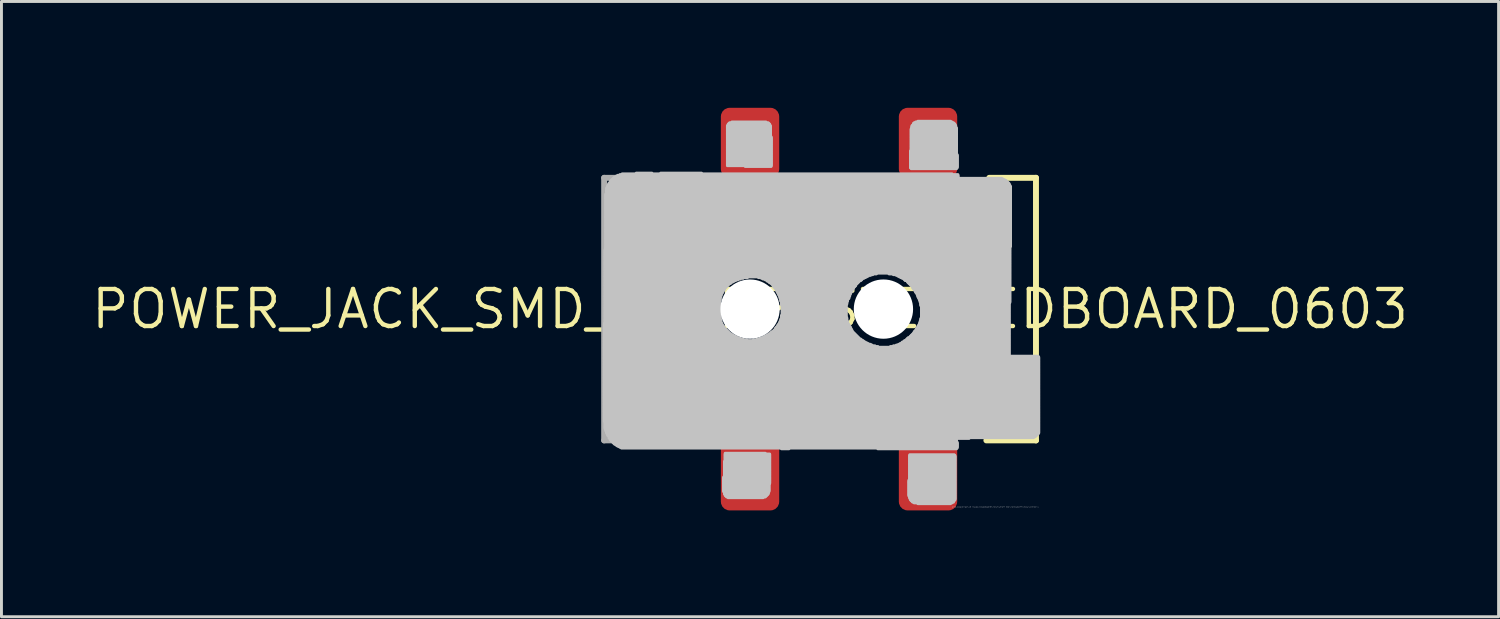
<source format=kicad_pcb>
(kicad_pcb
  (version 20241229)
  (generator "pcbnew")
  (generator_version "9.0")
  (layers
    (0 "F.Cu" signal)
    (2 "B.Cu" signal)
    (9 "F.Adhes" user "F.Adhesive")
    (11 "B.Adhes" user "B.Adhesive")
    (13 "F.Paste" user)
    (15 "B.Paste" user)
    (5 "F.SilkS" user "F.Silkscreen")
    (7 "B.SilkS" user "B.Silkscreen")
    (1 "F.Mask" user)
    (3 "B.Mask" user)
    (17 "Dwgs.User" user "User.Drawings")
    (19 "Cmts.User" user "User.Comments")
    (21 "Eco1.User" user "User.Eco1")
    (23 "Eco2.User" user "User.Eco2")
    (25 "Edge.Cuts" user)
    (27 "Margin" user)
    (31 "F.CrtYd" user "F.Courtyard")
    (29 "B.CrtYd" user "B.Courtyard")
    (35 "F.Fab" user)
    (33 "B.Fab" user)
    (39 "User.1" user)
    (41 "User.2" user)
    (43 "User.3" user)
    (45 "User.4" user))
  (footprint "POWER_JACK_SMD_OVERPASTE_REDBOARD_0603"
    (layer "F.Cu")
    (at 22.656 7.544)
    (property "Reference" "POWER_JACK_SMD_OVERPASTE_REDBOARD_0603" (at 0 0 0) (layer "F.SilkS") (effects (font (size 1.27 1.27) (thickness 0.15))))
    (attr through_hole)
    (fp_line (start -3.5 -4.5) (end -3.5 -2.5) (stroke (width 0.203) (type solid)) (layer "F.SilkS"))
    (fp_line (start -3.5 -4.5) (end -2 -4.5) (stroke (width 0.203) (type solid)) (layer "F.SilkS"))
    (fp_line (start -3.5 -2.5) (end -3.5 2.5) (stroke (width 0.203) (type solid)) (layer "F.SilkS"))
    (fp_line (start -3.5 -2.5) (end 0 -2.5) (stroke (width 0.203) (type solid)) (layer "F.SilkS"))
    (fp_line (start -3.5 2.5) (end -3.5 4.5) (stroke (width 0.203) (type solid)) (layer "F.SilkS"))
    (fp_line (start -2 4.5) (end -3.5 4.5) (stroke (width 0.203) (type solid)) (layer "F.SilkS"))
    (fp_line (start 0 2.5) (end -3.5 2.5) (stroke (width 0.203) (type solid)) (layer "F.SilkS"))
    (fp_line (start 2 -4.5) (end 4.1 -4.5) (stroke (width 0.203) (type solid)) (layer "F.SilkS"))
    (fp_line (start 4.1 4.5) (end 2 4.5) (stroke (width 0.203) (type solid)) (layer "F.SilkS"))
    (fp_line (start 8.2 -4.5) (end 9.8 -4.5) (stroke (width 0.203) (type solid)) (layer "F.SilkS"))
    (fp_line (start 9.8 -4.5) (end 9.8 4.5) (stroke (width 0.203) (type solid)) (layer "F.SilkS"))
    (fp_line (start 9.8 4.5) (end 8.1 4.5) (stroke (width 0.203) (type solid)) (layer "F.SilkS"))
    (fp_arc (start 0 -2.5) (mid 1.660767 -1.723446) (end 2.286 0) (stroke (width 0.2032) (type solid)) (layer "F.SilkS"))
    (fp_arc (start 2.286 0) (mid 1.660767 1.723446) (end 0 2.5) (stroke (width 0.2032) (type solid)) (layer "F.SilkS"))
    (fp_poly (pts (xy 0.94 -7.188) (xy 0.916 -7.352) (xy 0.814 -7.482) (xy 0.66 -7.544) (xy -0.61 -7.544) (xy -0.752 -7.495) (xy -0.864 -7.396) (xy -0.94 -7.112) (xy -0.94 -5.639) (xy 0.94 -5.664)) (stroke (width 0) (type solid)) (fill yes) (layer "F.Paste"))
    (fp_poly (pts (xy 7.036 -7.188) (xy 7.012 -7.352) (xy 6.91 -7.482) (xy 6.756 -7.544) (xy 5.486 -7.544) (xy 5.344 -7.495) (xy 5.232 -7.396) (xy 5.156 -7.112) (xy 5.156 -5.639) (xy 7.036 -5.664)) (stroke (width 0) (type solid)) (fill yes) (layer "F.Paste"))
    (fp_poly (pts (xy -0.94 7.188) (xy -0.916 7.352) (xy -0.814 7.482) (xy -0.66 7.544) (xy 0.61 7.544) (xy 0.752 7.495) (xy 0.864 7.396) (xy 0.93 7.262) (xy 0.94 7.112) (xy 0.94 5.639) (xy -0.94 5.664)) (stroke (width 0) (type solid)) (fill yes) (layer "F.Paste"))
    (fp_poly (pts (xy 5.156 7.188) (xy 5.18 7.352) (xy 5.282 7.482) (xy 5.436 7.544) (xy 6.706 7.544) (xy 6.848 7.495) (xy 6.96 7.396) (xy 7.026 7.262) (xy 7.036 7.112) (xy 7.036 5.639) (xy 5.156 5.664)) (stroke (width 0) (type solid)) (fill yes) (layer "F.Paste"))
    (fp_poly (pts (xy -3.365 -4.661) (xy -3.899 -4.661) (xy -3.899 -4.636) (xy -3.365 -4.636)) (stroke (width 0.1) (type solid)) (fill no) (layer "Dwgs.User"))
    (fp_poly (pts (xy -1.664 -4.661) (xy -3.061 -4.661) (xy -3.061 -4.636) (xy -1.664 -4.636)) (stroke (width 0.1) (type solid)) (fill no) (layer "Dwgs.User"))
    (fp_poly (pts (xy -1.054 -0.292) (xy -4.966 -0.292) (xy -4.966 -0.267) (xy -1.054 -0.267)) (stroke (width 0.1) (type solid)) (fill no) (layer "Dwgs.User"))
    (fp_poly (pts (xy -1.054 -0.267) (xy -4.966 -0.267) (xy -4.966 -0.241) (xy -1.054 -0.241)) (stroke (width 0.1) (type solid)) (fill no) (layer "Dwgs.User"))
    (fp_poly (pts (xy -1.054 -0.241) (xy -4.966 -0.241) (xy -4.966 -0.216) (xy -1.054 -0.216)) (stroke (width 0.1) (type solid)) (fill no) (layer "Dwgs.User"))
    (fp_poly (pts (xy -1.054 -0.216) (xy -4.966 -0.216) (xy -4.966 -0.191) (xy -1.054 -0.191)) (stroke (width 0.1) (type solid)) (fill no) (layer "Dwgs.User"))
    (fp_poly (pts (xy -1.054 -0.191) (xy -4.966 -0.191) (xy -4.966 -0.165) (xy -1.054 -0.165)) (stroke (width 0.1) (type solid)) (fill no) (layer "Dwgs.User"))
    (fp_poly (pts (xy -1.054 -0.165) (xy -4.966 -0.165) (xy -4.966 -0.14) (xy -1.054 -0.14)) (stroke (width 0.1) (type solid)) (fill no) (layer "Dwgs.User"))
    (fp_poly (pts (xy -1.054 -0.14) (xy -4.966 -0.14) (xy -4.966 -0.114) (xy -1.054 -0.114)) (stroke (width 0.1) (type solid)) (fill no) (layer "Dwgs.User"))
    (fp_poly (pts (xy -1.054 -0.114) (xy -4.966 -0.114) (xy -4.966 -0.089) (xy -1.054 -0.089)) (stroke (width 0.1) (type solid)) (fill no) (layer "Dwgs.User"))
    (fp_poly (pts (xy -1.054 -0.089) (xy -4.966 -0.089) (xy -4.966 -0.064) (xy -1.054 -0.064)) (stroke (width 0.1) (type solid)) (fill no) (layer "Dwgs.User"))
    (fp_poly (pts (xy -1.054 -0.064) (xy -4.966 -0.064) (xy -4.966 -0.038) (xy -1.054 -0.038)) (stroke (width 0.1) (type solid)) (fill no) (layer "Dwgs.User"))
    (fp_poly (pts (xy -1.054 -0.038) (xy -4.966 -0.038) (xy -4.966 -0.013) (xy -1.054 -0.013)) (stroke (width 0.1) (type solid)) (fill no) (layer "Dwgs.User"))
    (fp_poly (pts (xy -1.054 -0.013) (xy -4.966 -0.013) (xy -4.966 0.013) (xy -1.054 0.013)) (stroke (width 0.1) (type solid)) (fill no) (layer "Dwgs.User"))
    (fp_poly (pts (xy -1.054 0.013) (xy -4.966 0.013) (xy -4.966 0.038) (xy -1.054 0.038)) (stroke (width 0.1) (type solid)) (fill no) (layer "Dwgs.User"))
    (fp_poly (pts (xy -1.054 0.038) (xy -4.966 0.038) (xy -4.966 0.064) (xy -1.054 0.064)) (stroke (width 0.1) (type solid)) (fill no) (layer "Dwgs.User"))
    (fp_poly (pts (xy -1.054 0.064) (xy -4.966 0.064) (xy -4.966 0.089) (xy -1.054 0.089)) (stroke (width 0.1) (type solid)) (fill no) (layer "Dwgs.User"))
    (fp_poly (pts (xy -1.054 0.089) (xy -4.966 0.089) (xy -4.966 0.114) (xy -1.054 0.114)) (stroke (width 0.1) (type solid)) (fill no) (layer "Dwgs.User"))
    (fp_poly (pts (xy -1.054 0.114) (xy -4.966 0.114) (xy -4.966 0.14) (xy -1.054 0.14)) (stroke (width 0.1) (type solid)) (fill no) (layer "Dwgs.User"))
    (fp_poly (pts (xy -1.054 0.14) (xy -4.966 0.14) (xy -4.966 0.165) (xy -1.054 0.165)) (stroke (width 0.1) (type solid)) (fill no) (layer "Dwgs.User"))
    (fp_poly (pts (xy -1.054 0.165) (xy -4.966 0.165) (xy -4.966 0.191) (xy -1.054 0.191)) (stroke (width 0.1) (type solid)) (fill no) (layer "Dwgs.User"))
    (fp_poly (pts (xy -1.054 0.191) (xy -4.966 0.191) (xy -4.966 0.216) (xy -1.054 0.216)) (stroke (width 0.1) (type solid)) (fill no) (layer "Dwgs.User"))
    (fp_poly (pts (xy -1.029 -0.419) (xy -4.966 -0.419) (xy -4.966 -0.394) (xy -1.029 -0.394)) (stroke (width 0.1) (type solid)) (fill no) (layer "Dwgs.User"))
    (fp_poly (pts (xy -1.029 -0.394) (xy -4.966 -0.394) (xy -4.966 -0.368) (xy -1.029 -0.368)) (stroke (width 0.1) (type solid)) (fill no) (layer "Dwgs.User"))
    (fp_poly (pts (xy -1.029 -0.368) (xy -4.966 -0.368) (xy -4.966 -0.343) (xy -1.029 -0.343)) (stroke (width 0.1) (type solid)) (fill no) (layer "Dwgs.User"))
    (fp_poly (pts (xy -1.029 -0.343) (xy -4.966 -0.343) (xy -4.966 -0.318) (xy -1.029 -0.318)) (stroke (width 0.1) (type solid)) (fill no) (layer "Dwgs.User"))
    (fp_poly (pts (xy -1.029 -0.318) (xy -4.966 -0.318) (xy -4.966 -0.292) (xy -1.029 -0.292)) (stroke (width 0.1) (type solid)) (fill no) (layer "Dwgs.User"))
    (fp_poly (pts (xy -1.029 0.216) (xy -4.966 0.216) (xy -4.966 0.241) (xy -1.029 0.241)) (stroke (width 0.1) (type solid)) (fill no) (layer "Dwgs.User"))
    (fp_poly (pts (xy -1.029 0.241) (xy -4.966 0.241) (xy -4.966 0.267) (xy -1.029 0.267)) (stroke (width 0.1) (type solid)) (fill no) (layer "Dwgs.User"))
    (fp_poly (pts (xy -1.029 0.267) (xy -4.966 0.267) (xy -4.966 0.292) (xy -1.029 0.292)) (stroke (width 0.1) (type solid)) (fill no) (layer "Dwgs.User"))
    (fp_poly (pts (xy -1.029 0.292) (xy -4.966 0.292) (xy -4.966 0.318) (xy -1.029 0.318)) (stroke (width 0.1) (type solid)) (fill no) (layer "Dwgs.User"))
    (fp_poly (pts (xy -1.029 0.318) (xy -4.966 0.318) (xy -4.966 0.343) (xy -1.029 0.343)) (stroke (width 0.1) (type solid)) (fill no) (layer "Dwgs.User"))
    (fp_poly (pts (xy -1.029 0.343) (xy -4.966 0.343) (xy -4.966 0.368) (xy -1.029 0.368)) (stroke (width 0.1) (type solid)) (fill no) (layer "Dwgs.User"))
    (fp_poly (pts (xy -1.003 -0.495) (xy -4.966 -0.495) (xy -4.966 -0.47) (xy -1.003 -0.47)) (stroke (width 0.1) (type solid)) (fill no) (layer "Dwgs.User"))
    (fp_poly (pts (xy -1.003 -0.47) (xy -4.966 -0.47) (xy -4.966 -0.445) (xy -1.003 -0.445)) (stroke (width 0.1) (type solid)) (fill no) (layer "Dwgs.User"))
    (fp_poly (pts (xy -1.003 -0.445) (xy -4.966 -0.445) (xy -4.966 -0.419) (xy -1.003 -0.419)) (stroke (width 0.1) (type solid)) (fill no) (layer "Dwgs.User"))
    (fp_poly (pts (xy -1.003 0.368) (xy -4.966 0.368) (xy -4.966 0.394) (xy -1.003 0.394)) (stroke (width 0.1) (type solid)) (fill no) (layer "Dwgs.User"))
    (fp_poly (pts (xy -1.003 0.394) (xy -4.966 0.394) (xy -4.966 0.419) (xy -1.003 0.419)) (stroke (width 0.1) (type solid)) (fill no) (layer "Dwgs.User"))
    (fp_poly (pts (xy -1.003 0.419) (xy -4.966 0.419) (xy -4.966 0.445) (xy -1.003 0.445)) (stroke (width 0.1) (type solid)) (fill no) (layer "Dwgs.User"))
    (fp_poly (pts (xy -1.003 0.445) (xy -4.966 0.445) (xy -4.966 0.47) (xy -1.003 0.47)) (stroke (width 0.1) (type solid)) (fill no) (layer "Dwgs.User"))
    (fp_poly (pts (xy -0.978 -0.546) (xy -4.966 -0.546) (xy -4.966 -0.521) (xy -0.978 -0.521)) (stroke (width 0.1) (type solid)) (fill no) (layer "Dwgs.User"))
    (fp_poly (pts (xy -0.978 -0.521) (xy -4.966 -0.521) (xy -4.966 -0.495) (xy -0.978 -0.495)) (stroke (width 0.1) (type solid)) (fill no) (layer "Dwgs.User"))
    (fp_poly (pts (xy -0.978 0.47) (xy -4.966 0.47) (xy -4.966 0.495) (xy -0.978 0.495)) (stroke (width 0.1) (type solid)) (fill no) (layer "Dwgs.User"))
    (fp_poly (pts (xy -0.978 0.495) (xy -4.991 0.495) (xy -4.991 0.521) (xy -0.978 0.521)) (stroke (width 0.1) (type solid)) (fill no) (layer "Dwgs.User"))
    (fp_poly (pts (xy -0.953 -0.597) (xy -4.966 -0.597) (xy -4.966 -0.572) (xy -0.953 -0.572)) (stroke (width 0.1) (type solid)) (fill no) (layer "Dwgs.User"))
    (fp_poly (pts (xy -0.953 -0.572) (xy -4.966 -0.572) (xy -4.966 -0.546) (xy -0.953 -0.546)) (stroke (width 0.1) (type solid)) (fill no) (layer "Dwgs.User"))
    (fp_poly (pts (xy -0.953 0.521) (xy -4.991 0.521) (xy -4.991 0.546) (xy -0.953 0.546)) (stroke (width 0.1) (type solid)) (fill no) (layer "Dwgs.User"))
    (fp_poly (pts (xy -0.953 0.546) (xy -4.991 0.546) (xy -4.991 0.572) (xy -0.953 0.572)) (stroke (width 0.1) (type solid)) (fill no) (layer "Dwgs.User"))
    (fp_poly (pts (xy -0.927 -0.648) (xy -4.966 -0.648) (xy -4.966 -0.622) (xy -0.927 -0.622)) (stroke (width 0.1) (type solid)) (fill no) (layer "Dwgs.User"))
    (fp_poly (pts (xy -0.927 -0.622) (xy -4.966 -0.622) (xy -4.966 -0.597) (xy -0.927 -0.597)) (stroke (width 0.1) (type solid)) (fill no) (layer "Dwgs.User"))
    (fp_poly (pts (xy -0.927 0.572) (xy -4.991 0.572) (xy -4.991 0.597) (xy -0.927 0.597)) (stroke (width 0.1) (type solid)) (fill no) (layer "Dwgs.User"))
    (fp_poly (pts (xy -0.902 -0.673) (xy -4.966 -0.673) (xy -4.966 -0.648) (xy -0.902 -0.648)) (stroke (width 0.1) (type solid)) (fill no) (layer "Dwgs.User"))
    (fp_poly (pts (xy -0.902 0.597) (xy -4.991 0.597) (xy -4.991 0.622) (xy -0.902 0.622)) (stroke (width 0.1) (type solid)) (fill no) (layer "Dwgs.User"))
    (fp_poly (pts (xy -0.902 0.622) (xy -4.991 0.622) (xy -4.991 0.648) (xy -0.902 0.648)) (stroke (width 0.1) (type solid)) (fill no) (layer "Dwgs.User"))
    (fp_poly (pts (xy -0.876 -0.724) (xy -4.966 -0.724) (xy -4.966 -0.699) (xy -0.876 -0.699)) (stroke (width 0.1) (type solid)) (fill no) (layer "Dwgs.User"))
    (fp_poly (pts (xy -0.876 -0.699) (xy -4.966 -0.699) (xy -4.966 -0.673) (xy -0.876 -0.673)) (stroke (width 0.1) (type solid)) (fill no) (layer "Dwgs.User"))
    (fp_poly (pts (xy -0.876 0.648) (xy -4.991 0.648) (xy -4.991 0.673) (xy -0.876 0.673)) (stroke (width 0.1) (type solid)) (fill no) (layer "Dwgs.User"))
    (fp_poly (pts (xy -0.851 -0.749) (xy -4.966 -0.749) (xy -4.966 -0.724) (xy -0.851 -0.724)) (stroke (width 0.1) (type solid)) (fill no) (layer "Dwgs.User"))
    (fp_poly (pts (xy -0.851 0.673) (xy -4.991 0.673) (xy -4.991 0.699) (xy -0.851 0.699)) (stroke (width 0.1) (type solid)) (fill no) (layer "Dwgs.User"))
    (fp_poly (pts (xy -0.826 -0.775) (xy -4.966 -0.775) (xy -4.966 -0.749) (xy -0.826 -0.749)) (stroke (width 0.1) (type solid)) (fill no) (layer "Dwgs.User"))
    (fp_poly (pts (xy -0.826 0.699) (xy -4.991 0.699) (xy -4.991 0.724) (xy -0.826 0.724)) (stroke (width 0.1) (type solid)) (fill no) (layer "Dwgs.User"))
    (fp_poly (pts (xy -0.8 -0.8) (xy -4.966 -0.8) (xy -4.966 -0.775) (xy -0.8 -0.775)) (stroke (width 0.1) (type solid)) (fill no) (layer "Dwgs.User"))
    (fp_poly (pts (xy -0.8 0.724) (xy -4.991 0.724) (xy -4.991 0.749) (xy -0.8 0.749)) (stroke (width 0.1) (type solid)) (fill no) (layer "Dwgs.User"))
    (fp_poly (pts (xy -0.775 -0.826) (xy -4.966 -0.826) (xy -4.966 -0.8) (xy -0.775 -0.8)) (stroke (width 0.1) (type solid)) (fill no) (layer "Dwgs.User"))
    (fp_poly (pts (xy -0.775 0.749) (xy -4.991 0.749) (xy -4.991 0.775) (xy -0.775 0.775)) (stroke (width 0.1) (type solid)) (fill no) (layer "Dwgs.User"))
    (fp_poly (pts (xy -0.749 -0.851) (xy -4.966 -0.851) (xy -4.966 -0.826) (xy -0.749 -0.826)) (stroke (width 0.1) (type solid)) (fill no) (layer "Dwgs.User"))
    (fp_poly (pts (xy -0.749 0.775) (xy -4.991 0.775) (xy -4.991 0.8) (xy -0.749 0.8)) (stroke (width 0.1) (type solid)) (fill no) (layer "Dwgs.User"))
    (fp_poly (pts (xy -0.724 -0.876) (xy -4.966 -0.876) (xy -4.966 -0.851) (xy -0.724 -0.851)) (stroke (width 0.1) (type solid)) (fill no) (layer "Dwgs.User"))
    (fp_poly (pts (xy -0.724 0.8) (xy -4.991 0.8) (xy -4.991 0.826) (xy -0.724 0.826)) (stroke (width 0.1) (type solid)) (fill no) (layer "Dwgs.User"))
    (fp_poly (pts (xy -0.699 0.826) (xy -4.991 0.826) (xy -4.991 0.851) (xy -0.699 0.851)) (stroke (width 0.1) (type solid)) (fill no) (layer "Dwgs.User"))
    (fp_poly (pts (xy -0.673 -0.902) (xy -4.966 -0.902) (xy -4.966 -0.876) (xy -0.673 -0.876)) (stroke (width 0.1) (type solid)) (fill no) (layer "Dwgs.User"))
    (fp_poly (pts (xy -0.648 -0.927) (xy -4.966 -0.927) (xy -4.966 -0.902) (xy -0.648 -0.902)) (stroke (width 0.1) (type solid)) (fill no) (layer "Dwgs.User"))
    (fp_poly (pts (xy -0.648 0.851) (xy -4.991 0.851) (xy -4.991 0.876) (xy -0.648 0.876)) (stroke (width 0.1) (type solid)) (fill no) (layer "Dwgs.User"))
    (fp_poly (pts (xy -0.622 0.876) (xy -4.991 0.876) (xy -4.991 0.902) (xy -0.622 0.902)) (stroke (width 0.1) (type solid)) (fill no) (layer "Dwgs.User"))
    (fp_poly (pts (xy -0.597 -0.953) (xy -4.966 -0.953) (xy -4.966 -0.927) (xy -0.597 -0.927)) (stroke (width 0.1) (type solid)) (fill no) (layer "Dwgs.User"))
    (fp_poly (pts (xy -0.572 0.902) (xy -4.991 0.902) (xy -4.991 0.927) (xy -0.572 0.927)) (stroke (width 0.1) (type solid)) (fill no) (layer "Dwgs.User"))
    (fp_poly (pts (xy -0.546 -0.978) (xy -4.966 -0.978) (xy -4.966 -0.953) (xy -0.546 -0.953)) (stroke (width 0.1) (type solid)) (fill no) (layer "Dwgs.User"))
    (fp_poly (pts (xy -0.521 0.927) (xy -4.991 0.927) (xy -4.991 0.953) (xy -0.521 0.953)) (stroke (width 0.1) (type solid)) (fill no) (layer "Dwgs.User"))
    (fp_poly (pts (xy -0.495 -1.003) (xy -4.966 -1.003) (xy -4.966 -0.978) (xy -0.495 -0.978)) (stroke (width 0.1) (type solid)) (fill no) (layer "Dwgs.User"))
    (fp_poly (pts (xy -0.47 0.953) (xy -4.991 0.953) (xy -4.991 0.978) (xy -0.47 0.978)) (stroke (width 0.1) (type solid)) (fill no) (layer "Dwgs.User"))
    (fp_poly (pts (xy -0.419 -1.029) (xy -4.966 -1.029) (xy -4.966 -1.003) (xy -0.419 -1.003)) (stroke (width 0.1) (type solid)) (fill no) (layer "Dwgs.User"))
    (fp_poly (pts (xy -0.419 0.978) (xy -4.991 0.978) (xy -4.991 1.003) (xy -0.419 1.003)) (stroke (width 0.1) (type solid)) (fill no) (layer "Dwgs.User"))
    (fp_poly (pts (xy -0.343 -1.054) (xy -4.966 -1.054) (xy -4.966 -1.029) (xy -0.343 -1.029)) (stroke (width 0.1) (type solid)) (fill no) (layer "Dwgs.User"))
    (fp_poly (pts (xy -0.343 1.003) (xy -4.991 1.003) (xy -4.991 1.029) (xy -0.343 1.029)) (stroke (width 0.1) (type solid)) (fill no) (layer "Dwgs.User"))
    (fp_poly (pts (xy -0.241 -1.079) (xy -4.966 -1.079) (xy -4.966 -1.054) (xy -0.241 -1.054)) (stroke (width 0.1) (type solid)) (fill no) (layer "Dwgs.User"))
    (fp_poly (pts (xy -0.241 1.029) (xy -4.991 1.029) (xy -4.991 1.054) (xy -0.241 1.054)) (stroke (width 0.1) (type solid)) (fill no) (layer "Dwgs.User"))
    (fp_poly (pts (xy -0.114 1.054) (xy -4.991 1.054) (xy -4.991 1.079) (xy -0.114 1.079)) (stroke (width 0.1) (type solid)) (fill no) (layer "Dwgs.User"))
    (fp_poly (pts (xy -0.089 -1.105) (xy -4.966 -1.105) (xy -4.966 -1.079) (xy -0.089 -1.079)) (stroke (width 0.1) (type solid)) (fill no) (layer "Dwgs.User"))
    (fp_poly (pts (xy 0.445 6.439) (xy -0.749 6.439) (xy -0.749 6.464) (xy 0.445 6.464)) (stroke (width 0.1) (type solid)) (fill no) (layer "Dwgs.User"))
    (fp_poly (pts (xy 0.521 4.94) (xy -0.851 4.94) (xy -0.851 4.966) (xy 0.521 4.966)) (stroke (width 0.1) (type solid)) (fill no) (layer "Dwgs.User"))
    (fp_poly (pts (xy 0.521 6.413) (xy -0.8 6.413) (xy -0.8 6.439) (xy 0.521 6.439)) (stroke (width 0.1) (type solid)) (fill no) (layer "Dwgs.User"))
    (fp_poly (pts (xy 0.546 -6.413) (xy -0.622 -6.413) (xy -0.622 -6.388) (xy 0.546 -6.388)) (stroke (width 0.1) (type solid)) (fill no) (layer "Dwgs.User"))
    (fp_poly (pts (xy 0.546 6.388) (xy -0.826 6.388) (xy -0.826 6.413) (xy 0.546 6.413)) (stroke (width 0.1) (type solid)) (fill no) (layer "Dwgs.User"))
    (fp_poly (pts (xy 0.572 6.363) (xy -0.851 6.363) (xy -0.851 6.388) (xy 0.572 6.388)) (stroke (width 0.1) (type solid)) (fill no) (layer "Dwgs.User"))
    (fp_poly (pts (xy 0.597 6.337) (xy -0.851 6.337) (xy -0.851 6.363) (xy 0.597 6.363)) (stroke (width 0.1) (type solid)) (fill no) (layer "Dwgs.User"))
    (fp_poly (pts (xy 0.622 -6.388) (xy -0.699 -6.388) (xy -0.699 -6.363) (xy 0.622 -6.363)) (stroke (width 0.1) (type solid)) (fill no) (layer "Dwgs.User"))
    (fp_poly (pts (xy 0.622 6.261) (xy -0.876 6.261) (xy -0.876 6.287) (xy 0.622 6.287)) (stroke (width 0.1) (type solid)) (fill no) (layer "Dwgs.User"))
    (fp_poly (pts (xy 0.622 6.287) (xy -0.876 6.287) (xy -0.876 6.312) (xy 0.622 6.312)) (stroke (width 0.1) (type solid)) (fill no) (layer "Dwgs.User"))
    (fp_poly (pts (xy 0.622 6.312) (xy -0.876 6.312) (xy -0.876 6.337) (xy 0.622 6.337)) (stroke (width 0.1) (type solid)) (fill no) (layer "Dwgs.User"))
    (fp_poly (pts (xy 0.648 -6.363) (xy -0.724 -6.363) (xy -0.724 -6.337) (xy 0.648 -6.337)) (stroke (width 0.1) (type solid)) (fill no) (layer "Dwgs.User"))
    (fp_poly (pts (xy 0.648 5.982) (xy -0.902 5.982) (xy -0.902 6.007) (xy 0.648 6.007)) (stroke (width 0.1) (type solid)) (fill no) (layer "Dwgs.User"))
    (fp_poly (pts (xy 0.648 6.007) (xy -0.902 6.007) (xy -0.902 6.032) (xy 0.648 6.032)) (stroke (width 0.1) (type solid)) (fill no) (layer "Dwgs.User"))
    (fp_poly (pts (xy 0.648 6.032) (xy -0.902 6.032) (xy -0.902 6.058) (xy 0.648 6.058)) (stroke (width 0.1) (type solid)) (fill no) (layer "Dwgs.User"))
    (fp_poly (pts (xy 0.648 6.058) (xy -0.902 6.058) (xy -0.902 6.083) (xy 0.648 6.083)) (stroke (width 0.1) (type solid)) (fill no) (layer "Dwgs.User"))
    (fp_poly (pts (xy 0.648 6.083) (xy -0.902 6.083) (xy -0.902 6.109) (xy 0.648 6.109)) (stroke (width 0.1) (type solid)) (fill no) (layer "Dwgs.User"))
    (fp_poly (pts (xy 0.648 6.109) (xy -0.902 6.109) (xy -0.902 6.134) (xy 0.648 6.134)) (stroke (width 0.1) (type solid)) (fill no) (layer "Dwgs.User"))
    (fp_poly (pts (xy 0.648 6.134) (xy -0.902 6.134) (xy -0.902 6.16) (xy 0.648 6.16)) (stroke (width 0.1) (type solid)) (fill no) (layer "Dwgs.User"))
    (fp_poly (pts (xy 0.648 6.16) (xy -0.902 6.16) (xy -0.902 6.185) (xy 0.648 6.185)) (stroke (width 0.1) (type solid)) (fill no) (layer "Dwgs.User"))
    (fp_poly (pts (xy 0.648 6.185) (xy -0.902 6.185) (xy -0.902 6.21) (xy 0.648 6.21)) (stroke (width 0.1) (type solid)) (fill no) (layer "Dwgs.User"))
    (fp_poly (pts (xy 0.648 6.21) (xy -0.902 6.21) (xy -0.902 6.236) (xy 0.648 6.236)) (stroke (width 0.1) (type solid)) (fill no) (layer "Dwgs.User"))
    (fp_poly (pts (xy 0.648 6.236) (xy -0.902 6.236) (xy -0.902 6.261) (xy 0.648 6.261)) (stroke (width 0.1) (type solid)) (fill no) (layer "Dwgs.User"))
    (fp_poly (pts (xy 0.673 -6.337) (xy -0.749 -6.337) (xy -0.749 -6.312) (xy 0.673 -6.312)) (stroke (width 0.1) (type solid)) (fill no) (layer "Dwgs.User"))
    (fp_poly (pts (xy 0.673 -6.312) (xy -0.749 -6.312) (xy -0.749 -6.287) (xy 0.673 -6.287)) (stroke (width 0.1) (type solid)) (fill no) (layer "Dwgs.User"))
    (fp_poly (pts (xy 0.673 4.966) (xy -0.851 4.966) (xy -0.851 4.991) (xy 0.673 4.991)) (stroke (width 0.1) (type solid)) (fill no) (layer "Dwgs.User"))
    (fp_poly (pts (xy 0.673 4.991) (xy -0.851 4.991) (xy -0.851 5.016) (xy 0.673 5.016)) (stroke (width 0.1) (type solid)) (fill no) (layer "Dwgs.User"))
    (fp_poly (pts (xy 0.673 5.016) (xy -0.851 5.016) (xy -0.851 5.042) (xy 0.673 5.042)) (stroke (width 0.1) (type solid)) (fill no) (layer "Dwgs.User"))
    (fp_poly (pts (xy 0.673 5.042) (xy -0.851 5.042) (xy -0.851 5.067) (xy 0.673 5.067)) (stroke (width 0.1) (type solid)) (fill no) (layer "Dwgs.User"))
    (fp_poly (pts (xy 0.673 5.067) (xy -0.851 5.067) (xy -0.851 5.093) (xy 0.673 5.093)) (stroke (width 0.1) (type solid)) (fill no) (layer "Dwgs.User"))
    (fp_poly (pts (xy 0.673 5.093) (xy -0.851 5.093) (xy -0.851 5.118) (xy 0.673 5.118)) (stroke (width 0.1) (type solid)) (fill no) (layer "Dwgs.User"))
    (fp_poly (pts (xy 0.673 5.118) (xy -0.851 5.118) (xy -0.851 5.144) (xy 0.673 5.144)) (stroke (width 0.1) (type solid)) (fill no) (layer "Dwgs.User"))
    (fp_poly (pts (xy 0.673 5.144) (xy -0.851 5.144) (xy -0.851 5.169) (xy 0.673 5.169)) (stroke (width 0.1) (type solid)) (fill no) (layer "Dwgs.User"))
    (fp_poly (pts (xy 0.673 5.169) (xy -0.851 5.169) (xy -0.851 5.194) (xy 0.673 5.194)) (stroke (width 0.1) (type solid)) (fill no) (layer "Dwgs.User"))
    (fp_poly (pts (xy 0.673 5.194) (xy -0.851 5.194) (xy -0.851 5.22) (xy 0.673 5.22)) (stroke (width 0.1) (type solid)) (fill no) (layer "Dwgs.User"))
    (fp_poly (pts (xy 0.673 5.22) (xy -0.876 5.22) (xy -0.876 5.245) (xy 0.673 5.245)) (stroke (width 0.1) (type solid)) (fill no) (layer "Dwgs.User"))
    (fp_poly (pts (xy 0.673 5.245) (xy -0.876 5.245) (xy -0.876 5.271) (xy 0.673 5.271)) (stroke (width 0.1) (type solid)) (fill no) (layer "Dwgs.User"))
    (fp_poly (pts (xy 0.673 5.271) (xy -0.876 5.271) (xy -0.876 5.296) (xy 0.673 5.296)) (stroke (width 0.1) (type solid)) (fill no) (layer "Dwgs.User"))
    (fp_poly (pts (xy 0.673 5.296) (xy -0.876 5.296) (xy -0.876 5.321) (xy 0.673 5.321)) (stroke (width 0.1) (type solid)) (fill no) (layer "Dwgs.User"))
    (fp_poly (pts (xy 0.673 5.321) (xy -0.876 5.321) (xy -0.876 5.347) (xy 0.673 5.347)) (stroke (width 0.1) (type solid)) (fill no) (layer "Dwgs.User"))
    (fp_poly (pts (xy 0.673 5.347) (xy -0.876 5.347) (xy -0.876 5.372) (xy 0.673 5.372)) (stroke (width 0.1) (type solid)) (fill no) (layer "Dwgs.User"))
    (fp_poly (pts (xy 0.673 5.372) (xy -0.876 5.372) (xy -0.876 5.397) (xy 0.673 5.397)) (stroke (width 0.1) (type solid)) (fill no) (layer "Dwgs.User"))
    (fp_poly (pts (xy 0.673 5.397) (xy -0.876 5.397) (xy -0.876 5.423) (xy 0.673 5.423)) (stroke (width 0.1) (type solid)) (fill no) (layer "Dwgs.User"))
    (fp_poly (pts (xy 0.673 5.423) (xy -0.876 5.423) (xy -0.876 5.448) (xy 0.673 5.448)) (stroke (width 0.1) (type solid)) (fill no) (layer "Dwgs.User"))
    (fp_poly (pts (xy 0.673 5.448) (xy -0.876 5.448) (xy -0.876 5.474) (xy 0.673 5.474)) (stroke (width 0.1) (type solid)) (fill no) (layer "Dwgs.User"))
    (fp_poly (pts (xy 0.673 5.474) (xy -0.876 5.474) (xy -0.876 5.499) (xy 0.673 5.499)) (stroke (width 0.1) (type solid)) (fill no) (layer "Dwgs.User"))
    (fp_poly (pts (xy 0.673 5.499) (xy -0.876 5.499) (xy -0.876 5.524) (xy 0.673 5.524)) (stroke (width 0.1) (type solid)) (fill no) (layer "Dwgs.User"))
    (fp_poly (pts (xy 0.673 5.524) (xy -0.876 5.524) (xy -0.876 5.55) (xy 0.673 5.55)) (stroke (width 0.1) (type solid)) (fill no) (layer "Dwgs.User"))
    (fp_poly (pts (xy 0.673 5.55) (xy -0.876 5.55) (xy -0.876 5.575) (xy 0.673 5.575)) (stroke (width 0.1) (type solid)) (fill no) (layer "Dwgs.User"))
    (fp_poly (pts (xy 0.673 5.575) (xy -0.876 5.575) (xy -0.876 5.601) (xy 0.673 5.601)) (stroke (width 0.1) (type solid)) (fill no) (layer "Dwgs.User"))
    (fp_poly (pts (xy 0.673 5.601) (xy -0.876 5.601) (xy -0.876 5.626) (xy 0.673 5.626)) (stroke (width 0.1) (type solid)) (fill no) (layer "Dwgs.User"))
    (fp_poly (pts (xy 0.673 5.626) (xy -0.876 5.626) (xy -0.876 5.652) (xy 0.673 5.652)) (stroke (width 0.1) (type solid)) (fill no) (layer "Dwgs.User"))
    (fp_poly (pts (xy 0.673 5.652) (xy -0.876 5.652) (xy -0.876 5.677) (xy 0.673 5.677)) (stroke (width 0.1) (type solid)) (fill no) (layer "Dwgs.User"))
    (fp_poly (pts (xy 0.673 5.677) (xy -0.876 5.677) (xy -0.876 5.702) (xy 0.673 5.702)) (stroke (width 0.1) (type solid)) (fill no) (layer "Dwgs.User"))
    (fp_poly (pts (xy 0.673 5.702) (xy -0.876 5.702) (xy -0.876 5.728) (xy 0.673 5.728)) (stroke (width 0.1) (type solid)) (fill no) (layer "Dwgs.User"))
    (fp_poly (pts (xy 0.673 5.728) (xy -0.876 5.728) (xy -0.876 5.753) (xy 0.673 5.753)) (stroke (width 0.1) (type solid)) (fill no) (layer "Dwgs.User"))
    (fp_poly (pts (xy 0.673 5.753) (xy -0.902 5.753) (xy -0.902 5.779) (xy 0.673 5.779)) (stroke (width 0.1) (type solid)) (fill no) (layer "Dwgs.User"))
    (fp_poly (pts (xy 0.673 5.779) (xy -0.902 5.779) (xy -0.902 5.804) (xy 0.673 5.804)) (stroke (width 0.1) (type solid)) (fill no) (layer "Dwgs.User"))
    (fp_poly (pts (xy 0.673 5.804) (xy -0.902 5.804) (xy -0.902 5.829) (xy 0.673 5.829)) (stroke (width 0.1) (type solid)) (fill no) (layer "Dwgs.User"))
    (fp_poly (pts (xy 0.673 5.829) (xy -0.902 5.829) (xy -0.902 5.855) (xy 0.673 5.855)) (stroke (width 0.1) (type solid)) (fill no) (layer "Dwgs.User"))
    (fp_poly (pts (xy 0.673 5.855) (xy -0.902 5.855) (xy -0.902 5.88) (xy 0.673 5.88)) (stroke (width 0.1) (type solid)) (fill no) (layer "Dwgs.User"))
    (fp_poly (pts (xy 0.673 5.88) (xy -0.902 5.88) (xy -0.902 5.905) (xy 0.673 5.905)) (stroke (width 0.1) (type solid)) (fill no) (layer "Dwgs.User"))
    (fp_poly (pts (xy 0.673 5.905) (xy -0.902 5.905) (xy -0.902 5.931) (xy 0.673 5.931)) (stroke (width 0.1) (type solid)) (fill no) (layer "Dwgs.User"))
    (fp_poly (pts (xy 0.673 5.931) (xy -0.902 5.931) (xy -0.902 5.956) (xy 0.673 5.956)) (stroke (width 0.1) (type solid)) (fill no) (layer "Dwgs.User"))
    (fp_poly (pts (xy 0.673 5.956) (xy -0.902 5.956) (xy -0.902 5.982) (xy 0.673 5.982)) (stroke (width 0.1) (type solid)) (fill no) (layer "Dwgs.User"))
    (fp_poly (pts (xy 0.699 -6.287) (xy -0.775 -6.287) (xy -0.775 -6.261) (xy 0.699 -6.261)) (stroke (width 0.1) (type solid)) (fill no) (layer "Dwgs.User"))
    (fp_poly (pts (xy 0.699 -6.261) (xy -0.775 -6.261) (xy -0.775 -6.236) (xy 0.699 -6.236)) (stroke (width 0.1) (type solid)) (fill no) (layer "Dwgs.User"))
    (fp_poly (pts (xy 0.699 -6.236) (xy -0.775 -6.236) (xy -0.775 -6.21) (xy 0.699 -6.21)) (stroke (width 0.1) (type solid)) (fill no) (layer "Dwgs.User"))
    (fp_poly (pts (xy 0.699 -6.21) (xy -0.775 -6.21) (xy -0.775 -6.185) (xy 0.699 -6.185)) (stroke (width 0.1) (type solid)) (fill no) (layer "Dwgs.User"))
    (fp_poly (pts (xy 0.699 -6.185) (xy -0.775 -6.185) (xy -0.775 -6.16) (xy 0.699 -6.16)) (stroke (width 0.1) (type solid)) (fill no) (layer "Dwgs.User"))
    (fp_poly (pts (xy 0.699 -6.16) (xy -0.775 -6.16) (xy -0.775 -6.134) (xy 0.699 -6.134)) (stroke (width 0.1) (type solid)) (fill no) (layer "Dwgs.User"))
    (fp_poly (pts (xy 0.699 -6.134) (xy -0.775 -6.134) (xy -0.775 -6.109) (xy 0.699 -6.109)) (stroke (width 0.1) (type solid)) (fill no) (layer "Dwgs.User"))
    (fp_poly (pts (xy 0.699 -6.109) (xy -0.775 -6.109) (xy -0.775 -6.083) (xy 0.699 -6.083)) (stroke (width 0.1) (type solid)) (fill no) (layer "Dwgs.User"))
    (fp_poly (pts (xy 0.699 -6.083) (xy -0.775 -6.083) (xy -0.775 -6.058) (xy 0.699 -6.058)) (stroke (width 0.1) (type solid)) (fill no) (layer "Dwgs.User"))
    (fp_poly (pts (xy 0.699 -6.058) (xy -0.775 -6.058) (xy -0.775 -6.032) (xy 0.699 -6.032)) (stroke (width 0.1) (type solid)) (fill no) (layer "Dwgs.User"))
    (fp_poly (pts (xy 0.699 -6.032) (xy -0.775 -6.032) (xy -0.775 -6.007) (xy 0.699 -6.007)) (stroke (width 0.1) (type solid)) (fill no) (layer "Dwgs.User"))
    (fp_poly (pts (xy 0.699 -6.007) (xy -0.775 -6.007) (xy -0.775 -5.982) (xy 0.699 -5.982)) (stroke (width 0.1) (type solid)) (fill no) (layer "Dwgs.User"))
    (fp_poly (pts (xy 0.699 -5.982) (xy -0.775 -5.982) (xy -0.775 -5.956) (xy 0.699 -5.956)) (stroke (width 0.1) (type solid)) (fill no) (layer "Dwgs.User"))
    (fp_poly (pts (xy 0.699 -5.956) (xy -0.775 -5.956) (xy -0.775 -5.931) (xy 0.699 -5.931)) (stroke (width 0.1) (type solid)) (fill no) (layer "Dwgs.User"))
    (fp_poly (pts (xy 0.699 -5.931) (xy -0.775 -5.931) (xy -0.775 -5.905) (xy 0.699 -5.905)) (stroke (width 0.1) (type solid)) (fill no) (layer "Dwgs.User"))
    (fp_poly (pts (xy 0.724 -5.905) (xy -0.775 -5.905) (xy -0.775 -5.88) (xy 0.724 -5.88)) (stroke (width 0.1) (type solid)) (fill no) (layer "Dwgs.User"))
    (fp_poly (pts (xy 0.724 -5.88) (xy -0.775 -5.88) (xy -0.775 -5.855) (xy 0.724 -5.855)) (stroke (width 0.1) (type solid)) (fill no) (layer "Dwgs.User"))
    (fp_poly (pts (xy 0.724 -5.855) (xy -0.775 -5.855) (xy -0.775 -5.829) (xy 0.724 -5.829)) (stroke (width 0.1) (type solid)) (fill no) (layer "Dwgs.User"))
    (fp_poly (pts (xy 0.724 -5.829) (xy -0.775 -5.829) (xy -0.775 -5.804) (xy 0.724 -5.804)) (stroke (width 0.1) (type solid)) (fill no) (layer "Dwgs.User"))
    (fp_poly (pts (xy 0.724 -5.804) (xy -0.775 -5.804) (xy -0.775 -5.779) (xy 0.724 -5.779)) (stroke (width 0.1) (type solid)) (fill no) (layer "Dwgs.User"))
    (fp_poly (pts (xy 0.724 -5.779) (xy -0.775 -5.779) (xy -0.775 -5.753) (xy 0.724 -5.753)) (stroke (width 0.1) (type solid)) (fill no) (layer "Dwgs.User"))
    (fp_poly (pts (xy 0.724 -5.753) (xy -0.775 -5.753) (xy -0.775 -5.728) (xy 0.724 -5.728)) (stroke (width 0.1) (type solid)) (fill no) (layer "Dwgs.User"))
    (fp_poly (pts (xy 0.724 -5.728) (xy -0.775 -5.728) (xy -0.775 -5.702) (xy 0.724 -5.702)) (stroke (width 0.1) (type solid)) (fill no) (layer "Dwgs.User"))
    (fp_poly (pts (xy 0.724 -5.702) (xy -0.775 -5.702) (xy -0.775 -5.677) (xy 0.724 -5.677)) (stroke (width 0.1) (type solid)) (fill no) (layer "Dwgs.User"))
    (fp_poly (pts (xy 0.724 -5.677) (xy -0.775 -5.677) (xy -0.775 -5.652) (xy 0.724 -5.652)) (stroke (width 0.1) (type solid)) (fill no) (layer "Dwgs.User"))
    (fp_poly (pts (xy 0.724 -5.652) (xy -0.775 -5.652) (xy -0.775 -5.626) (xy 0.724 -5.626)) (stroke (width 0.1) (type solid)) (fill no) (layer "Dwgs.User"))
    (fp_poly (pts (xy 0.724 -5.626) (xy -0.775 -5.626) (xy -0.775 -5.601) (xy 0.724 -5.601)) (stroke (width 0.1) (type solid)) (fill no) (layer "Dwgs.User"))
    (fp_poly (pts (xy 0.724 -5.601) (xy -0.775 -5.601) (xy -0.775 -5.575) (xy 0.724 -5.575)) (stroke (width 0.1) (type solid)) (fill no) (layer "Dwgs.User"))
    (fp_poly (pts (xy 0.724 -5.575) (xy -0.775 -5.575) (xy -0.775 -5.55) (xy 0.724 -5.55)) (stroke (width 0.1) (type solid)) (fill no) (layer "Dwgs.User"))
    (fp_poly (pts (xy 0.724 -5.55) (xy -0.775 -5.55) (xy -0.775 -5.524) (xy 0.724 -5.524)) (stroke (width 0.1) (type solid)) (fill no) (layer "Dwgs.User"))
    (fp_poly (pts (xy 0.724 -5.524) (xy -0.775 -5.524) (xy -0.775 -5.499) (xy 0.724 -5.499)) (stroke (width 0.1) (type solid)) (fill no) (layer "Dwgs.User"))
    (fp_poly (pts (xy 0.724 -5.499) (xy -0.775 -5.499) (xy -0.775 -5.474) (xy 0.724 -5.474)) (stroke (width 0.1) (type solid)) (fill no) (layer "Dwgs.User"))
    (fp_poly (pts (xy 0.724 -5.474) (xy -0.775 -5.474) (xy -0.775 -5.448) (xy 0.724 -5.448)) (stroke (width 0.1) (type solid)) (fill no) (layer "Dwgs.User"))
    (fp_poly (pts (xy 0.724 -5.448) (xy -0.775 -5.448) (xy -0.775 -5.423) (xy 0.724 -5.423)) (stroke (width 0.1) (type solid)) (fill no) (layer "Dwgs.User"))
    (fp_poly (pts (xy 0.724 -5.423) (xy -0.775 -5.423) (xy -0.775 -5.397) (xy 0.724 -5.397)) (stroke (width 0.1) (type solid)) (fill no) (layer "Dwgs.User"))
    (fp_poly (pts (xy 0.724 -5.397) (xy -0.775 -5.397) (xy -0.775 -5.372) (xy 0.724 -5.372)) (stroke (width 0.1) (type solid)) (fill no) (layer "Dwgs.User"))
    (fp_poly (pts (xy 0.724 -5.372) (xy -0.775 -5.372) (xy -0.775 -5.347) (xy 0.724 -5.347)) (stroke (width 0.1) (type solid)) (fill no) (layer "Dwgs.User"))
    (fp_poly (pts (xy 0.724 -5.347) (xy -0.775 -5.347) (xy -0.775 -5.321) (xy 0.724 -5.321)) (stroke (width 0.1) (type solid)) (fill no) (layer "Dwgs.User"))
    (fp_poly (pts (xy 0.724 -5.321) (xy -0.775 -5.321) (xy -0.775 -5.296) (xy 0.724 -5.296)) (stroke (width 0.1) (type solid)) (fill no) (layer "Dwgs.User"))
    (fp_poly (pts (xy 0.724 -5.296) (xy -0.775 -5.296) (xy -0.775 -5.271) (xy 0.724 -5.271)) (stroke (width 0.1) (type solid)) (fill no) (layer "Dwgs.User"))
    (fp_poly (pts (xy 0.724 -5.271) (xy -0.775 -5.271) (xy -0.775 -5.245) (xy 0.724 -5.245)) (stroke (width 0.1) (type solid)) (fill no) (layer "Dwgs.User"))
    (fp_poly (pts (xy 0.724 -5.245) (xy -0.775 -5.245) (xy -0.775 -5.22) (xy 0.724 -5.22)) (stroke (width 0.1) (type solid)) (fill no) (layer "Dwgs.User"))
    (fp_poly (pts (xy 0.724 -5.22) (xy -0.775 -5.22) (xy -0.775 -5.194) (xy 0.724 -5.194)) (stroke (width 0.1) (type solid)) (fill no) (layer "Dwgs.User"))
    (fp_poly (pts (xy 0.724 -5.194) (xy -0.775 -5.194) (xy -0.775 -5.169) (xy 0.724 -5.169)) (stroke (width 0.1) (type solid)) (fill no) (layer "Dwgs.User"))
    (fp_poly (pts (xy 0.724 -5.169) (xy -0.775 -5.169) (xy -0.775 -5.144) (xy 0.724 -5.144)) (stroke (width 0.1) (type solid)) (fill no) (layer "Dwgs.User"))
    (fp_poly (pts (xy 0.724 -5.144) (xy -0.775 -5.144) (xy -0.775 -5.118) (xy 0.724 -5.118)) (stroke (width 0.1) (type solid)) (fill no) (layer "Dwgs.User"))
    (fp_poly (pts (xy 0.724 -5.118) (xy -0.775 -5.118) (xy -0.775 -5.093) (xy 0.724 -5.093)) (stroke (width 0.1) (type solid)) (fill no) (layer "Dwgs.User"))
    (fp_poly (pts (xy 0.724 -5.093) (xy -0.775 -5.093) (xy -0.775 -5.067) (xy 0.724 -5.067)) (stroke (width 0.1) (type solid)) (fill no) (layer "Dwgs.User"))
    (fp_poly (pts (xy 0.724 -5.067) (xy -0.775 -5.067) (xy -0.775 -5.042) (xy 0.724 -5.042)) (stroke (width 0.1) (type solid)) (fill no) (layer "Dwgs.User"))
    (fp_poly (pts (xy 0.724 -5.042) (xy -0.775 -5.042) (xy -0.775 -5.016) (xy 0.724 -5.016)) (stroke (width 0.1) (type solid)) (fill no) (layer "Dwgs.User"))
    (fp_poly (pts (xy 0.724 -5.016) (xy -0.775 -5.016) (xy -0.775 -4.991) (xy 0.724 -4.991)) (stroke (width 0.1) (type solid)) (fill no) (layer "Dwgs.User"))
    (fp_poly (pts (xy 0.724 -4.991) (xy -0.775 -4.991) (xy -0.775 -4.966) (xy 0.724 -4.966)) (stroke (width 0.1) (type solid)) (fill no) (layer "Dwgs.User"))
    (fp_poly (pts (xy 0.724 -4.966) (xy -0.775 -4.966) (xy -0.775 -4.94) (xy 0.724 -4.94)) (stroke (width 0.1) (type solid)) (fill no) (layer "Dwgs.User"))
    (fp_poly (pts (xy 0.724 -4.94) (xy -0.775 -4.94) (xy -0.775 -4.915) (xy 0.724 -4.915)) (stroke (width 0.1) (type solid)) (fill no) (layer "Dwgs.User"))
    (fp_poly (pts (xy 0.724 -4.915) (xy -0.165 -4.915) (xy -0.165 -4.889) (xy 0.724 -4.889)) (stroke (width 0.1) (type solid)) (fill no) (layer "Dwgs.User"))
    (fp_poly (pts (xy 1.333 4.763) (xy 1.079 4.763) (xy 1.079 4.788) (xy 1.333 4.788)) (stroke (width 0.1) (type solid)) (fill no) (layer "Dwgs.User"))
    (fp_poly (pts (xy 3.289 -0.165) (xy 1.079 -0.165) (xy 1.079 -0.14) (xy 3.289 -0.14)) (stroke (width 0.1) (type solid)) (fill no) (layer "Dwgs.User"))
    (fp_poly (pts (xy 3.289 -0.14) (xy 1.105 -0.14) (xy 1.105 -0.114) (xy 3.289 -0.114)) (stroke (width 0.1) (type solid)) (fill no) (layer "Dwgs.User"))
    (fp_poly (pts (xy 3.289 -0.114) (xy 1.105 -0.114) (xy 1.105 -0.089) (xy 3.289 -0.089)) (stroke (width 0.1) (type solid)) (fill no) (layer "Dwgs.User"))
    (fp_poly (pts (xy 3.289 -0.089) (xy 1.105 -0.089) (xy 1.105 -0.064) (xy 3.289 -0.064)) (stroke (width 0.1) (type solid)) (fill no) (layer "Dwgs.User"))
    (fp_poly (pts (xy 3.289 -0.064) (xy 1.105 -0.064) (xy 1.105 -0.038) (xy 3.289 -0.038)) (stroke (width 0.1) (type solid)) (fill no) (layer "Dwgs.User"))
    (fp_poly (pts (xy 3.289 -0.038) (xy 1.105 -0.038) (xy 1.105 -0.013) (xy 3.289 -0.013)) (stroke (width 0.1) (type solid)) (fill no) (layer "Dwgs.User"))
    (fp_poly (pts (xy 3.289 -0.013) (xy 1.105 -0.013) (xy 1.105 0.013) (xy 3.289 0.013)) (stroke (width 0.1) (type solid)) (fill no) (layer "Dwgs.User"))
    (fp_poly (pts (xy 3.289 0.013) (xy 1.105 0.013) (xy 1.105 0.038) (xy 3.289 0.038)) (stroke (width 0.1) (type solid)) (fill no) (layer "Dwgs.User"))
    (fp_poly (pts (xy 3.289 0.038) (xy 1.105 0.038) (xy 1.105 0.064) (xy 3.289 0.064)) (stroke (width 0.1) (type solid)) (fill no) (layer "Dwgs.User"))
    (fp_poly (pts (xy 3.289 0.064) (xy 1.105 0.064) (xy 1.105 0.089) (xy 3.289 0.089)) (stroke (width 0.1) (type solid)) (fill no) (layer "Dwgs.User"))
    (fp_poly (pts (xy 3.289 0.089) (xy 1.105 0.089) (xy 1.105 0.114) (xy 3.289 0.114)) (stroke (width 0.1) (type solid)) (fill no) (layer "Dwgs.User"))
    (fp_poly (pts (xy 3.289 0.114) (xy 1.105 0.114) (xy 1.105 0.14) (xy 3.289 0.14)) (stroke (width 0.1) (type solid)) (fill no) (layer "Dwgs.User"))
    (fp_poly (pts (xy 3.289 0.14) (xy 1.105 0.14) (xy 1.105 0.165) (xy 3.289 0.165)) (stroke (width 0.1) (type solid)) (fill no) (layer "Dwgs.User"))
    (fp_poly (pts (xy 3.289 0.165) (xy 1.105 0.165) (xy 1.105 0.191) (xy 3.289 0.191)) (stroke (width 0.1) (type solid)) (fill no) (layer "Dwgs.User"))
    (fp_poly (pts (xy 3.289 0.191) (xy 1.105 0.191) (xy 1.105 0.216) (xy 3.289 0.216)) (stroke (width 0.1) (type solid)) (fill no) (layer "Dwgs.User"))
    (fp_poly (pts (xy 3.289 0.216) (xy 1.079 0.216) (xy 1.079 0.241) (xy 3.289 0.241)) (stroke (width 0.1) (type solid)) (fill no) (layer "Dwgs.User"))
    (fp_poly (pts (xy 3.289 0.241) (xy 1.079 0.241) (xy 1.079 0.267) (xy 3.289 0.267)) (stroke (width 0.1) (type solid)) (fill no) (layer "Dwgs.User"))
    (fp_poly (pts (xy 3.289 0.267) (xy 1.079 0.267) (xy 1.079 0.292) (xy 3.289 0.292)) (stroke (width 0.1) (type solid)) (fill no) (layer "Dwgs.User"))
    (fp_poly (pts (xy 3.315 -0.267) (xy 1.079 -0.267) (xy 1.079 -0.241) (xy 3.315 -0.241)) (stroke (width 0.1) (type solid)) (fill no) (layer "Dwgs.User"))
    (fp_poly (pts (xy 3.315 -0.241) (xy 1.079 -0.241) (xy 1.079 -0.216) (xy 3.315 -0.216)) (stroke (width 0.1) (type solid)) (fill no) (layer "Dwgs.User"))
    (fp_poly (pts (xy 3.315 -0.216) (xy 1.079 -0.216) (xy 1.079 -0.191) (xy 3.315 -0.191)) (stroke (width 0.1) (type solid)) (fill no) (layer "Dwgs.User"))
    (fp_poly (pts (xy 3.315 -0.191) (xy 1.079 -0.191) (xy 1.079 -0.165) (xy 3.315 -0.165)) (stroke (width 0.1) (type solid)) (fill no) (layer "Dwgs.User"))
    (fp_poly (pts (xy 3.315 0.292) (xy 1.079 0.292) (xy 1.079 0.318) (xy 3.315 0.318)) (stroke (width 0.1) (type solid)) (fill no) (layer "Dwgs.User"))
    (fp_poly (pts (xy 3.315 0.318) (xy 1.079 0.318) (xy 1.079 0.343) (xy 3.315 0.343)) (stroke (width 0.1) (type solid)) (fill no) (layer "Dwgs.User"))
    (fp_poly (pts (xy 3.315 0.343) (xy 1.054 0.343) (xy 1.054 0.368) (xy 3.315 0.368)) (stroke (width 0.1) (type solid)) (fill no) (layer "Dwgs.User"))
    (fp_poly (pts (xy 3.315 0.368) (xy 1.054 0.368) (xy 1.054 0.394) (xy 3.315 0.394)) (stroke (width 0.1) (type solid)) (fill no) (layer "Dwgs.User"))
    (fp_poly (pts (xy 3.315 0.394) (xy 1.054 0.394) (xy 1.054 0.419) (xy 3.315 0.419)) (stroke (width 0.1) (type solid)) (fill no) (layer "Dwgs.User"))
    (fp_poly (pts (xy 3.34 -0.343) (xy 1.054 -0.343) (xy 1.054 -0.318) (xy 3.34 -0.318)) (stroke (width 0.1) (type solid)) (fill no) (layer "Dwgs.User"))
    (fp_poly (pts (xy 3.34 -0.318) (xy 1.054 -0.318) (xy 1.054 -0.292) (xy 3.34 -0.292)) (stroke (width 0.1) (type solid)) (fill no) (layer "Dwgs.User"))
    (fp_poly (pts (xy 3.34 -0.292) (xy 1.054 -0.292) (xy 1.054 -0.267) (xy 3.34 -0.267)) (stroke (width 0.1) (type solid)) (fill no) (layer "Dwgs.User"))
    (fp_poly (pts (xy 3.34 0.419) (xy 1.029 0.419) (xy 1.029 0.445) (xy 3.34 0.445)) (stroke (width 0.1) (type solid)) (fill no) (layer "Dwgs.User"))
    (fp_poly (pts (xy 3.34 0.445) (xy 1.029 0.445) (xy 1.029 0.47) (xy 3.34 0.47)) (stroke (width 0.1) (type solid)) (fill no) (layer "Dwgs.User"))
    (fp_poly (pts (xy 3.34 0.47) (xy 1.003 0.47) (xy 1.003 0.495) (xy 3.34 0.495)) (stroke (width 0.1) (type solid)) (fill no) (layer "Dwgs.User"))
    (fp_poly (pts (xy 3.365 -0.419) (xy 1.029 -0.419) (xy 1.029 -0.394) (xy 3.365 -0.394)) (stroke (width 0.1) (type solid)) (fill no) (layer "Dwgs.User"))
    (fp_poly (pts (xy 3.365 -0.368) (xy 1.054 -0.368) (xy 1.054 -0.343) (xy 3.365 -0.343)) (stroke (width 0.1) (type solid)) (fill no) (layer "Dwgs.User"))
    (fp_poly (pts (xy 3.365 0.495) (xy 1.003 0.495) (xy 1.003 0.521) (xy 3.365 0.521)) (stroke (width 0.1) (type solid)) (fill no) (layer "Dwgs.User"))
    (fp_poly (pts (xy 3.365 0.521) (xy 0.978 0.521) (xy 0.978 0.546) (xy 3.365 0.546)) (stroke (width 0.1) (type solid)) (fill no) (layer "Dwgs.User"))
    (fp_poly (pts (xy 3.391 -0.445) (xy 1.029 -0.445) (xy 1.029 -0.419) (xy 3.391 -0.419)) (stroke (width 0.1) (type solid)) (fill no) (layer "Dwgs.User"))
    (fp_poly (pts (xy 3.391 -0.394) (xy 1.029 -0.394) (xy 1.029 -0.368) (xy 3.391 -0.368)) (stroke (width 0.1) (type solid)) (fill no) (layer "Dwgs.User"))
    (fp_poly (pts (xy 3.391 0.546) (xy 0.953 0.546) (xy 0.953 0.572) (xy 3.391 0.572)) (stroke (width 0.1) (type solid)) (fill no) (layer "Dwgs.User"))
    (fp_poly (pts (xy 3.416 -0.521) (xy 0.978 -0.521) (xy 0.978 -0.495) (xy 3.416 -0.495)) (stroke (width 0.1) (type solid)) (fill no) (layer "Dwgs.User"))
    (fp_poly (pts (xy 3.416 -0.495) (xy 1.003 -0.495) (xy 1.003 -0.47) (xy 3.416 -0.47)) (stroke (width 0.1) (type solid)) (fill no) (layer "Dwgs.User"))
    (fp_poly (pts (xy 3.416 -0.47) (xy 1.003 -0.47) (xy 1.003 -0.445) (xy 3.416 -0.445)) (stroke (width 0.1) (type solid)) (fill no) (layer "Dwgs.User"))
    (fp_poly (pts (xy 3.416 0.572) (xy 0.953 0.572) (xy 0.953 0.597) (xy 3.416 0.597)) (stroke (width 0.1) (type solid)) (fill no) (layer "Dwgs.User"))
    (fp_poly (pts (xy 3.416 0.597) (xy 0.927 0.597) (xy 0.927 0.622) (xy 3.416 0.622)) (stroke (width 0.1) (type solid)) (fill no) (layer "Dwgs.User"))
    (fp_poly (pts (xy 3.442 -0.572) (xy 0.953 -0.572) (xy 0.953 -0.546) (xy 3.442 -0.546)) (stroke (width 0.1) (type solid)) (fill no) (layer "Dwgs.User"))
    (fp_poly (pts (xy 3.442 -0.546) (xy 0.978 -0.546) (xy 0.978 -0.521) (xy 3.442 -0.521)) (stroke (width 0.1) (type solid)) (fill no) (layer "Dwgs.User"))
    (fp_poly (pts (xy 3.442 0.622) (xy 0.902 0.622) (xy 0.902 0.648) (xy 3.442 0.648)) (stroke (width 0.1) (type solid)) (fill no) (layer "Dwgs.User"))
    (fp_poly (pts (xy 3.442 0.648) (xy 0.876 0.648) (xy 0.876 0.673) (xy 3.442 0.673)) (stroke (width 0.1) (type solid)) (fill no) (layer "Dwgs.User"))
    (fp_poly (pts (xy 3.467 -0.622) (xy 0.927 -0.622) (xy 0.927 -0.597) (xy 3.467 -0.597)) (stroke (width 0.1) (type solid)) (fill no) (layer "Dwgs.User"))
    (fp_poly (pts (xy 3.467 -0.597) (xy 0.953 -0.597) (xy 0.953 -0.572) (xy 3.467 -0.572)) (stroke (width 0.1) (type solid)) (fill no) (layer "Dwgs.User"))
    (fp_poly (pts (xy 3.467 0.673) (xy 0.876 0.673) (xy 0.876 0.699) (xy 3.467 0.699)) (stroke (width 0.1) (type solid)) (fill no) (layer "Dwgs.User"))
    (fp_poly (pts (xy 3.467 0.699) (xy 0.851 0.699) (xy 0.851 0.724) (xy 3.467 0.724)) (stroke (width 0.1) (type solid)) (fill no) (layer "Dwgs.User"))
    (fp_poly (pts (xy 3.493 -0.673) (xy 0.902 -0.673) (xy 0.902 -0.648) (xy 3.493 -0.648)) (stroke (width 0.1) (type solid)) (fill no) (layer "Dwgs.User"))
    (fp_poly (pts (xy 3.493 -0.648) (xy 0.927 -0.648) (xy 0.927 -0.622) (xy 3.493 -0.622)) (stroke (width 0.1) (type solid)) (fill no) (layer "Dwgs.User"))
    (fp_poly (pts (xy 3.493 0.724) (xy 0.826 0.724) (xy 0.826 0.749) (xy 3.493 0.749)) (stroke (width 0.1) (type solid)) (fill no) (layer "Dwgs.User"))
    (fp_poly (pts (xy 3.493 0.749) (xy 0.8 0.749) (xy 0.8 0.775) (xy 3.493 0.775)) (stroke (width 0.1) (type solid)) (fill no) (layer "Dwgs.User"))
    (fp_poly (pts (xy 3.518 -0.699) (xy 0.902 -0.699) (xy 0.902 -0.673) (xy 3.518 -0.673)) (stroke (width 0.1) (type solid)) (fill no) (layer "Dwgs.User"))
    (fp_poly (pts (xy 3.518 0.775) (xy 0.749 0.775) (xy 0.749 0.8) (xy 3.518 0.8)) (stroke (width 0.1) (type solid)) (fill no) (layer "Dwgs.User"))
    (fp_poly (pts (xy 3.543 -0.749) (xy 0.851 -0.749) (xy 0.851 -0.724) (xy 3.543 -0.724)) (stroke (width 0.1) (type solid)) (fill no) (layer "Dwgs.User"))
    (fp_poly (pts (xy 3.543 -0.724) (xy 0.876 -0.724) (xy 0.876 -0.699) (xy 3.543 -0.699)) (stroke (width 0.1) (type solid)) (fill no) (layer "Dwgs.User"))
    (fp_poly (pts (xy 3.543 0.8) (xy 0.724 0.8) (xy 0.724 0.826) (xy 3.543 0.826)) (stroke (width 0.1) (type solid)) (fill no) (layer "Dwgs.User"))
    (fp_poly (pts (xy 3.569 -0.775) (xy 0.826 -0.775) (xy 0.826 -0.749) (xy 3.569 -0.749)) (stroke (width 0.1) (type solid)) (fill no) (layer "Dwgs.User"))
    (fp_poly (pts (xy 3.569 0.826) (xy 0.699 0.826) (xy 0.699 0.851) (xy 3.569 0.851)) (stroke (width 0.1) (type solid)) (fill no) (layer "Dwgs.User"))
    (fp_poly (pts (xy 3.594 -0.8) (xy 0.8 -0.8) (xy 0.8 -0.775) (xy 3.594 -0.775)) (stroke (width 0.1) (type solid)) (fill no) (layer "Dwgs.User"))
    (fp_poly (pts (xy 3.594 0.851) (xy 0.648 0.851) (xy 0.648 0.876) (xy 3.594 0.876)) (stroke (width 0.1) (type solid)) (fill no) (layer "Dwgs.User"))
    (fp_poly (pts (xy 3.619 -0.851) (xy 0.775 -0.851) (xy 0.775 -0.826) (xy 3.619 -0.826)) (stroke (width 0.1) (type solid)) (fill no) (layer "Dwgs.User"))
    (fp_poly (pts (xy 3.619 -0.826) (xy 0.8 -0.826) (xy 0.8 -0.8) (xy 3.619 -0.8)) (stroke (width 0.1) (type solid)) (fill no) (layer "Dwgs.User"))
    (fp_poly (pts (xy 3.619 0.876) (xy 0.622 0.876) (xy 0.622 0.902) (xy 3.619 0.902)) (stroke (width 0.1) (type solid)) (fill no) (layer "Dwgs.User"))
    (fp_poly (pts (xy 3.645 -0.876) (xy 0.749 -0.876) (xy 0.749 -0.851) (xy 3.645 -0.851)) (stroke (width 0.1) (type solid)) (fill no) (layer "Dwgs.User"))
    (fp_poly (pts (xy 3.645 0.902) (xy 0.572 0.902) (xy 0.572 0.927) (xy 3.645 0.927)) (stroke (width 0.1) (type solid)) (fill no) (layer "Dwgs.User"))
    (fp_poly (pts (xy 3.67 -0.902) (xy 0.724 -0.902) (xy 0.724 -0.876) (xy 3.67 -0.876)) (stroke (width 0.1) (type solid)) (fill no) (layer "Dwgs.User"))
    (fp_poly (pts (xy 3.67 0.927) (xy 0.521 0.927) (xy 0.521 0.953) (xy 3.67 0.953)) (stroke (width 0.1) (type solid)) (fill no) (layer "Dwgs.User"))
    (fp_poly (pts (xy 3.696 -0.927) (xy 0.673 -0.927) (xy 0.673 -0.902) (xy 3.696 -0.902)) (stroke (width 0.1) (type solid)) (fill no) (layer "Dwgs.User"))
    (fp_poly (pts (xy 3.696 0.953) (xy 0.47 0.953) (xy 0.47 0.978) (xy 3.696 0.978)) (stroke (width 0.1) (type solid)) (fill no) (layer "Dwgs.User"))
    (fp_poly (pts (xy 3.721 -0.953) (xy 0.648 -0.953) (xy 0.648 -0.927) (xy 3.721 -0.927)) (stroke (width 0.1) (type solid)) (fill no) (layer "Dwgs.User"))
    (fp_poly (pts (xy 3.721 0.978) (xy 0.419 0.978) (xy 0.419 1.003) (xy 3.721 1.003)) (stroke (width 0.1) (type solid)) (fill no) (layer "Dwgs.User"))
    (fp_poly (pts (xy 3.747 -0.978) (xy 0.597 -0.978) (xy 0.597 -0.953) (xy 3.747 -0.953)) (stroke (width 0.1) (type solid)) (fill no) (layer "Dwgs.User"))
    (fp_poly (pts (xy 3.747 1.003) (xy 0.343 1.003) (xy 0.343 1.029) (xy 3.747 1.029)) (stroke (width 0.1) (type solid)) (fill no) (layer "Dwgs.User"))
    (fp_poly (pts (xy 3.797 -1.003) (xy 0.572 -1.003) (xy 0.572 -0.978) (xy 3.797 -0.978)) (stroke (width 0.1) (type solid)) (fill no) (layer "Dwgs.User"))
    (fp_poly (pts (xy 3.797 1.029) (xy 0.241 1.029) (xy 0.241 1.054) (xy 3.797 1.054)) (stroke (width 0.1) (type solid)) (fill no) (layer "Dwgs.User"))
    (fp_poly (pts (xy 3.823 -1.029) (xy 0.521 -1.029) (xy 0.521 -1.003) (xy 3.823 -1.003)) (stroke (width 0.1) (type solid)) (fill no) (layer "Dwgs.User"))
    (fp_poly (pts (xy 3.823 1.054) (xy 0.114 1.054) (xy 0.114 1.079) (xy 3.823 1.079)) (stroke (width 0.1) (type solid)) (fill no) (layer "Dwgs.User"))
    (fp_poly (pts (xy 3.848 -1.054) (xy 0.445 -1.054) (xy 0.445 -1.029) (xy 3.848 -1.029)) (stroke (width 0.1) (type solid)) (fill no) (layer "Dwgs.User"))
    (fp_poly (pts (xy 3.873 1.079) (xy -4.991 1.079) (xy -4.991 1.105) (xy 3.873 1.105)) (stroke (width 0.1) (type solid)) (fill no) (layer "Dwgs.User"))
    (fp_poly (pts (xy 3.899 -1.079) (xy 0.394 -1.079) (xy 0.394 -1.054) (xy 3.899 -1.054)) (stroke (width 0.1) (type solid)) (fill no) (layer "Dwgs.User"))
    (fp_poly (pts (xy 3.899 1.105) (xy -4.991 1.105) (xy -4.991 1.13) (xy 3.899 1.13)) (stroke (width 0.1) (type solid)) (fill no) (layer "Dwgs.User"))
    (fp_poly (pts (xy 3.95 -1.105) (xy 0.292 -1.105) (xy 0.292 -1.079) (xy 3.95 -1.079)) (stroke (width 0.1) (type solid)) (fill no) (layer "Dwgs.User"))
    (fp_poly (pts (xy 3.95 1.13) (xy -4.991 1.13) (xy -4.991 1.156) (xy 3.95 1.156)) (stroke (width 0.1) (type solid)) (fill no) (layer "Dwgs.User"))
    (fp_poly (pts (xy 4 -1.13) (xy -4.966 -1.13) (xy -4.966 -1.105) (xy 4 -1.105)) (stroke (width 0.1) (type solid)) (fill no) (layer "Dwgs.User"))
    (fp_poly (pts (xy 4 1.156) (xy -4.991 1.156) (xy -4.991 1.181) (xy 4 1.181)) (stroke (width 0.1) (type solid)) (fill no) (layer "Dwgs.User"))
    (fp_poly (pts (xy 4.051 -1.156) (xy -4.966 -1.156) (xy -4.966 -1.13) (xy 4.051 -1.13)) (stroke (width 0.1) (type solid)) (fill no) (layer "Dwgs.User"))
    (fp_poly (pts (xy 4.051 1.181) (xy -4.991 1.181) (xy -4.991 1.206) (xy 4.051 1.206)) (stroke (width 0.1) (type solid)) (fill no) (layer "Dwgs.User"))
    (fp_poly (pts (xy 4.128 -1.181) (xy -4.966 -1.181) (xy -4.966 -1.156) (xy 4.128 -1.156)) (stroke (width 0.1) (type solid)) (fill no) (layer "Dwgs.User"))
    (fp_poly (pts (xy 4.128 1.206) (xy -4.991 1.206) (xy -4.991 1.232) (xy 4.128 1.232)) (stroke (width 0.1) (type solid)) (fill no) (layer "Dwgs.User"))
    (fp_poly (pts (xy 4.178 1.232) (xy -4.991 1.232) (xy -4.991 1.257) (xy 4.178 1.257)) (stroke (width 0.1) (type solid)) (fill no) (layer "Dwgs.User"))
    (fp_poly (pts (xy 4.204 -1.206) (xy -4.966 -1.206) (xy -4.966 -1.181) (xy 4.204 -1.181)) (stroke (width 0.1) (type solid)) (fill no) (layer "Dwgs.User"))
    (fp_poly (pts (xy 4.28 1.257) (xy -4.991 1.257) (xy -4.991 1.283) (xy 4.28 1.283)) (stroke (width 0.1) (type solid)) (fill no) (layer "Dwgs.User"))
    (fp_poly (pts (xy 4.331 -1.232) (xy -4.966 -1.232) (xy -4.966 -1.206) (xy 4.331 -1.206)) (stroke (width 0.1) (type solid)) (fill no) (layer "Dwgs.User"))
    (fp_poly (pts (xy 4.381 1.283) (xy -4.991 1.283) (xy -4.991 1.308) (xy 4.381 1.308)) (stroke (width 0.1) (type solid)) (fill no) (layer "Dwgs.User"))
    (fp_poly (pts (xy 6.871 -6.439) (xy 5.753 -6.439) (xy 5.753 -6.413) (xy 6.871 -6.413)) (stroke (width 0.1) (type solid)) (fill no) (layer "Dwgs.User"))
    (fp_poly (pts (xy 6.871 6.642) (xy 5.753 6.642) (xy 5.753 6.668) (xy 6.871 6.668)) (stroke (width 0.1) (type solid)) (fill no) (layer "Dwgs.User"))
    (fp_poly (pts (xy 6.921 -6.413) (xy 5.677 -6.413) (xy 5.677 -6.388) (xy 6.921 -6.388)) (stroke (width 0.1) (type solid)) (fill no) (layer "Dwgs.User"))
    (fp_poly (pts (xy 6.921 -4.636) (xy -4.381 -4.636) (xy -4.381 -4.61) (xy 6.921 -4.61)) (stroke (width 0.1) (type solid)) (fill no) (layer "Dwgs.User"))
    (fp_poly (pts (xy 6.921 6.617) (xy 5.626 6.617) (xy 5.626 6.642) (xy 6.921 6.642)) (stroke (width 0.1) (type solid)) (fill no) (layer "Dwgs.User"))
    (fp_poly (pts (xy 6.972 -6.388) (xy 5.626 -6.388) (xy 5.626 -6.363) (xy 6.972 -6.363)) (stroke (width 0.1) (type solid)) (fill no) (layer "Dwgs.User"))
    (fp_poly (pts (xy 6.972 6.566) (xy 5.55 6.566) (xy 5.55 6.591) (xy 6.972 6.591)) (stroke (width 0.1) (type solid)) (fill no) (layer "Dwgs.User"))
    (fp_poly (pts (xy 6.972 6.591) (xy 5.575 6.591) (xy 5.575 6.617) (xy 6.972 6.617)) (stroke (width 0.1) (type solid)) (fill no) (layer "Dwgs.User"))
    (fp_poly (pts (xy 6.998 -6.363) (xy 5.601 -6.363) (xy 5.601 -6.337) (xy 6.998 -6.337)) (stroke (width 0.1) (type solid)) (fill no) (layer "Dwgs.User"))
    (fp_poly (pts (xy 6.998 4.991) (xy 5.474 4.991) (xy 5.474 5.016) (xy 6.998 5.016)) (stroke (width 0.1) (type solid)) (fill no) (layer "Dwgs.User"))
    (fp_poly (pts (xy 6.998 6.54) (xy 5.524 6.54) (xy 5.524 6.566) (xy 6.998 6.566)) (stroke (width 0.1) (type solid)) (fill no) (layer "Dwgs.User"))
    (fp_poly (pts (xy 7.023 -6.337) (xy 5.601 -6.337) (xy 5.601 -6.312) (xy 7.023 -6.312)) (stroke (width 0.1) (type solid)) (fill no) (layer "Dwgs.User"))
    (fp_poly (pts (xy 7.023 -6.312) (xy 5.575 -6.312) (xy 5.575 -6.287) (xy 7.023 -6.287)) (stroke (width 0.1) (type solid)) (fill no) (layer "Dwgs.User"))
    (fp_poly (pts (xy 7.023 5.016) (xy 5.474 5.016) (xy 5.474 5.042) (xy 7.023 5.042)) (stroke (width 0.1) (type solid)) (fill no) (layer "Dwgs.User"))
    (fp_poly (pts (xy 7.023 5.042) (xy 5.474 5.042) (xy 5.474 5.067) (xy 7.023 5.067)) (stroke (width 0.1) (type solid)) (fill no) (layer "Dwgs.User"))
    (fp_poly (pts (xy 7.023 5.067) (xy 5.474 5.067) (xy 5.474 5.093) (xy 7.023 5.093)) (stroke (width 0.1) (type solid)) (fill no) (layer "Dwgs.User"))
    (fp_poly (pts (xy 7.023 5.093) (xy 5.474 5.093) (xy 5.474 5.118) (xy 7.023 5.118)) (stroke (width 0.1) (type solid)) (fill no) (layer "Dwgs.User"))
    (fp_poly (pts (xy 7.023 5.118) (xy 5.474 5.118) (xy 5.474 5.144) (xy 7.023 5.144)) (stroke (width 0.1) (type solid)) (fill no) (layer "Dwgs.User"))
    (fp_poly (pts (xy 7.023 5.144) (xy 5.474 5.144) (xy 5.474 5.169) (xy 7.023 5.169)) (stroke (width 0.1) (type solid)) (fill no) (layer "Dwgs.User"))
    (fp_poly (pts (xy 7.023 5.169) (xy 5.474 5.169) (xy 5.474 5.194) (xy 7.023 5.194)) (stroke (width 0.1) (type solid)) (fill no) (layer "Dwgs.User"))
    (fp_poly (pts (xy 7.023 5.194) (xy 5.474 5.194) (xy 5.474 5.22) (xy 7.023 5.22)) (stroke (width 0.1) (type solid)) (fill no) (layer "Dwgs.User"))
    (fp_poly (pts (xy 7.023 5.22) (xy 5.474 5.22) (xy 5.474 5.245) (xy 7.023 5.245)) (stroke (width 0.1) (type solid)) (fill no) (layer "Dwgs.User"))
    (fp_poly (pts (xy 7.023 5.245) (xy 5.474 5.245) (xy 5.474 5.271) (xy 7.023 5.271)) (stroke (width 0.1) (type solid)) (fill no) (layer "Dwgs.User"))
    (fp_poly (pts (xy 7.023 5.271) (xy 5.474 5.271) (xy 5.474 5.296) (xy 7.023 5.296)) (stroke (width 0.1) (type solid)) (fill no) (layer "Dwgs.User"))
    (fp_poly (pts (xy 7.023 5.296) (xy 5.474 5.296) (xy 5.474 5.321) (xy 7.023 5.321)) (stroke (width 0.1) (type solid)) (fill no) (layer "Dwgs.User"))
    (fp_poly (pts (xy 7.023 5.321) (xy 5.474 5.321) (xy 5.474 5.347) (xy 7.023 5.347)) (stroke (width 0.1) (type solid)) (fill no) (layer "Dwgs.User"))
    (fp_poly (pts (xy 7.023 5.347) (xy 5.474 5.347) (xy 5.474 5.372) (xy 7.023 5.372)) (stroke (width 0.1) (type solid)) (fill no) (layer "Dwgs.User"))
    (fp_poly (pts (xy 7.023 5.372) (xy 5.474 5.372) (xy 5.474 5.397) (xy 7.023 5.397)) (stroke (width 0.1) (type solid)) (fill no) (layer "Dwgs.User"))
    (fp_poly (pts (xy 7.023 5.397) (xy 5.474 5.397) (xy 5.474 5.423) (xy 7.023 5.423)) (stroke (width 0.1) (type solid)) (fill no) (layer "Dwgs.User"))
    (fp_poly (pts (xy 7.023 5.423) (xy 5.474 5.423) (xy 5.474 5.448) (xy 7.023 5.448)) (stroke (width 0.1) (type solid)) (fill no) (layer "Dwgs.User"))
    (fp_poly (pts (xy 7.023 5.448) (xy 5.474 5.448) (xy 5.474 5.474) (xy 7.023 5.474)) (stroke (width 0.1) (type solid)) (fill no) (layer "Dwgs.User"))
    (fp_poly (pts (xy 7.023 5.474) (xy 5.474 5.474) (xy 5.474 5.499) (xy 7.023 5.499)) (stroke (width 0.1) (type solid)) (fill no) (layer "Dwgs.User"))
    (fp_poly (pts (xy 7.023 5.499) (xy 5.474 5.499) (xy 5.474 5.524) (xy 7.023 5.524)) (stroke (width 0.1) (type solid)) (fill no) (layer "Dwgs.User"))
    (fp_poly (pts (xy 7.023 5.524) (xy 5.474 5.524) (xy 5.474 5.55) (xy 7.023 5.55)) (stroke (width 0.1) (type solid)) (fill no) (layer "Dwgs.User"))
    (fp_poly (pts (xy 7.023 5.55) (xy 5.474 5.55) (xy 5.474 5.575) (xy 7.023 5.575)) (stroke (width 0.1) (type solid)) (fill no) (layer "Dwgs.User"))
    (fp_poly (pts (xy 7.023 5.575) (xy 5.474 5.575) (xy 5.474 5.601) (xy 7.023 5.601)) (stroke (width 0.1) (type solid)) (fill no) (layer "Dwgs.User"))
    (fp_poly (pts (xy 7.023 5.601) (xy 5.474 5.601) (xy 5.474 5.626) (xy 7.023 5.626)) (stroke (width 0.1) (type solid)) (fill no) (layer "Dwgs.User"))
    (fp_poly (pts (xy 7.023 5.626) (xy 5.474 5.626) (xy 5.474 5.652) (xy 7.023 5.652)) (stroke (width 0.1) (type solid)) (fill no) (layer "Dwgs.User"))
    (fp_poly (pts (xy 7.023 5.652) (xy 5.474 5.652) (xy 5.474 5.677) (xy 7.023 5.677)) (stroke (width 0.1) (type solid)) (fill no) (layer "Dwgs.User"))
    (fp_poly (pts (xy 7.023 5.677) (xy 5.474 5.677) (xy 5.474 5.702) (xy 7.023 5.702)) (stroke (width 0.1) (type solid)) (fill no) (layer "Dwgs.User"))
    (fp_poly (pts (xy 7.023 5.702) (xy 5.474 5.702) (xy 5.474 5.728) (xy 7.023 5.728)) (stroke (width 0.1) (type solid)) (fill no) (layer "Dwgs.User"))
    (fp_poly (pts (xy 7.023 5.728) (xy 5.474 5.728) (xy 5.474 5.753) (xy 7.023 5.753)) (stroke (width 0.1) (type solid)) (fill no) (layer "Dwgs.User"))
    (fp_poly (pts (xy 7.023 5.753) (xy 5.474 5.753) (xy 5.474 5.779) (xy 7.023 5.779)) (stroke (width 0.1) (type solid)) (fill no) (layer "Dwgs.User"))
    (fp_poly (pts (xy 7.023 5.779) (xy 5.474 5.779) (xy 5.474 5.804) (xy 7.023 5.804)) (stroke (width 0.1) (type solid)) (fill no) (layer "Dwgs.User"))
    (fp_poly (pts (xy 7.023 5.804) (xy 5.474 5.804) (xy 5.474 5.829) (xy 7.023 5.829)) (stroke (width 0.1) (type solid)) (fill no) (layer "Dwgs.User"))
    (fp_poly (pts (xy 7.023 5.829) (xy 5.474 5.829) (xy 5.474 5.855) (xy 7.023 5.855)) (stroke (width 0.1) (type solid)) (fill no) (layer "Dwgs.User"))
    (fp_poly (pts (xy 7.023 5.855) (xy 5.448 5.855) (xy 5.448 5.88) (xy 7.023 5.88)) (stroke (width 0.1) (type solid)) (fill no) (layer "Dwgs.User"))
    (fp_poly (pts (xy 7.023 5.88) (xy 5.448 5.88) (xy 5.448 5.905) (xy 7.023 5.905)) (stroke (width 0.1) (type solid)) (fill no) (layer "Dwgs.User"))
    (fp_poly (pts (xy 7.023 5.905) (xy 5.448 5.905) (xy 5.448 5.931) (xy 7.023 5.931)) (stroke (width 0.1) (type solid)) (fill no) (layer "Dwgs.User"))
    (fp_poly (pts (xy 7.023 5.931) (xy 5.448 5.931) (xy 5.448 5.956) (xy 7.023 5.956)) (stroke (width 0.1) (type solid)) (fill no) (layer "Dwgs.User"))
    (fp_poly (pts (xy 7.023 5.956) (xy 5.448 5.956) (xy 5.448 5.982) (xy 7.023 5.982)) (stroke (width 0.1) (type solid)) (fill no) (layer "Dwgs.User"))
    (fp_poly (pts (xy 7.023 5.982) (xy 5.448 5.982) (xy 5.448 6.007) (xy 7.023 6.007)) (stroke (width 0.1) (type solid)) (fill no) (layer "Dwgs.User"))
    (fp_poly (pts (xy 7.023 6.007) (xy 5.448 6.007) (xy 5.448 6.032) (xy 7.023 6.032)) (stroke (width 0.1) (type solid)) (fill no) (layer "Dwgs.User"))
    (fp_poly (pts (xy 7.023 6.032) (xy 5.448 6.032) (xy 5.448 6.058) (xy 7.023 6.058)) (stroke (width 0.1) (type solid)) (fill no) (layer "Dwgs.User"))
    (fp_poly (pts (xy 7.023 6.058) (xy 5.448 6.058) (xy 5.448 6.083) (xy 7.023 6.083)) (stroke (width 0.1) (type solid)) (fill no) (layer "Dwgs.User"))
    (fp_poly (pts (xy 7.023 6.083) (xy 5.448 6.083) (xy 5.448 6.109) (xy 7.023 6.109)) (stroke (width 0.1) (type solid)) (fill no) (layer "Dwgs.User"))
    (fp_poly (pts (xy 7.023 6.109) (xy 5.448 6.109) (xy 5.448 6.134) (xy 7.023 6.134)) (stroke (width 0.1) (type solid)) (fill no) (layer "Dwgs.User"))
    (fp_poly (pts (xy 7.023 6.134) (xy 5.448 6.134) (xy 5.448 6.16) (xy 7.023 6.16)) (stroke (width 0.1) (type solid)) (fill no) (layer "Dwgs.User"))
    (fp_poly (pts (xy 7.023 6.16) (xy 5.448 6.16) (xy 5.448 6.185) (xy 7.023 6.185)) (stroke (width 0.1) (type solid)) (fill no) (layer "Dwgs.User"))
    (fp_poly (pts (xy 7.023 6.185) (xy 5.448 6.185) (xy 5.448 6.21) (xy 7.023 6.21)) (stroke (width 0.1) (type solid)) (fill no) (layer "Dwgs.User"))
    (fp_poly (pts (xy 7.023 6.21) (xy 5.448 6.21) (xy 5.448 6.236) (xy 7.023 6.236)) (stroke (width 0.1) (type solid)) (fill no) (layer "Dwgs.User"))
    (fp_poly (pts (xy 7.023 6.236) (xy 5.448 6.236) (xy 5.448 6.261) (xy 7.023 6.261)) (stroke (width 0.1) (type solid)) (fill no) (layer "Dwgs.User"))
    (fp_poly (pts (xy 7.023 6.261) (xy 5.448 6.261) (xy 5.448 6.287) (xy 7.023 6.287)) (stroke (width 0.1) (type solid)) (fill no) (layer "Dwgs.User"))
    (fp_poly (pts (xy 7.023 6.287) (xy 5.448 6.287) (xy 5.448 6.312) (xy 7.023 6.312)) (stroke (width 0.1) (type solid)) (fill no) (layer "Dwgs.User"))
    (fp_poly (pts (xy 7.023 6.312) (xy 5.448 6.312) (xy 5.448 6.337) (xy 7.023 6.337)) (stroke (width 0.1) (type solid)) (fill no) (layer "Dwgs.User"))
    (fp_poly (pts (xy 7.023 6.337) (xy 5.448 6.337) (xy 5.448 6.363) (xy 7.023 6.363)) (stroke (width 0.1) (type solid)) (fill no) (layer "Dwgs.User"))
    (fp_poly (pts (xy 7.023 6.363) (xy 5.448 6.363) (xy 5.448 6.388) (xy 7.023 6.388)) (stroke (width 0.1) (type solid)) (fill no) (layer "Dwgs.User"))
    (fp_poly (pts (xy 7.023 6.388) (xy 5.448 6.388) (xy 5.448 6.413) (xy 7.023 6.413)) (stroke (width 0.1) (type solid)) (fill no) (layer "Dwgs.User"))
    (fp_poly (pts (xy 7.023 6.413) (xy 5.474 6.413) (xy 5.474 6.439) (xy 7.023 6.439)) (stroke (width 0.1) (type solid)) (fill no) (layer "Dwgs.User"))
    (fp_poly (pts (xy 7.023 6.439) (xy 5.474 6.439) (xy 5.474 6.464) (xy 7.023 6.464)) (stroke (width 0.1) (type solid)) (fill no) (layer "Dwgs.User"))
    (fp_poly (pts (xy 7.023 6.464) (xy 5.474 6.464) (xy 5.474 6.49) (xy 7.023 6.49)) (stroke (width 0.1) (type solid)) (fill no) (layer "Dwgs.User"))
    (fp_poly (pts (xy 7.023 6.49) (xy 5.499 6.49) (xy 5.499 6.515) (xy 7.023 6.515)) (stroke (width 0.1) (type solid)) (fill no) (layer "Dwgs.User"))
    (fp_poly (pts (xy 7.023 6.515) (xy 5.499 6.515) (xy 5.499 6.54) (xy 7.023 6.54)) (stroke (width 0.1) (type solid)) (fill no) (layer "Dwgs.User"))
    (fp_poly (pts (xy 7.048 -6.287) (xy 5.55 -6.287) (xy 5.55 -6.261) (xy 7.048 -6.261)) (stroke (width 0.1) (type solid)) (fill no) (layer "Dwgs.User"))
    (fp_poly (pts (xy 7.048 -6.261) (xy 5.55 -6.261) (xy 5.55 -6.236) (xy 7.048 -6.236)) (stroke (width 0.1) (type solid)) (fill no) (layer "Dwgs.User"))
    (fp_poly (pts (xy 7.048 -6.236) (xy 5.55 -6.236) (xy 5.55 -6.21) (xy 7.048 -6.21)) (stroke (width 0.1) (type solid)) (fill no) (layer "Dwgs.User"))
    (fp_poly (pts (xy 7.074 -6.21) (xy 5.55 -6.21) (xy 5.55 -6.185) (xy 7.074 -6.185)) (stroke (width 0.1) (type solid)) (fill no) (layer "Dwgs.User"))
    (fp_poly (pts (xy 7.074 -6.185) (xy 5.524 -6.185) (xy 5.524 -6.16) (xy 7.074 -6.16)) (stroke (width 0.1) (type solid)) (fill no) (layer "Dwgs.User"))
    (fp_poly (pts (xy 7.074 -6.16) (xy 5.524 -6.16) (xy 5.524 -6.134) (xy 7.074 -6.134)) (stroke (width 0.1) (type solid)) (fill no) (layer "Dwgs.User"))
    (fp_poly (pts (xy 7.074 -6.134) (xy 5.524 -6.134) (xy 5.524 -6.109) (xy 7.074 -6.109)) (stroke (width 0.1) (type solid)) (fill no) (layer "Dwgs.User"))
    (fp_poly (pts (xy 7.074 -6.109) (xy 5.524 -6.109) (xy 5.524 -6.083) (xy 7.074 -6.083)) (stroke (width 0.1) (type solid)) (fill no) (layer "Dwgs.User"))
    (fp_poly (pts (xy 7.074 -6.083) (xy 5.524 -6.083) (xy 5.524 -6.058) (xy 7.074 -6.058)) (stroke (width 0.1) (type solid)) (fill no) (layer "Dwgs.User"))
    (fp_poly (pts (xy 7.074 -6.058) (xy 5.524 -6.058) (xy 5.524 -6.032) (xy 7.074 -6.032)) (stroke (width 0.1) (type solid)) (fill no) (layer "Dwgs.User"))
    (fp_poly (pts (xy 7.074 -6.032) (xy 5.524 -6.032) (xy 5.524 -6.007) (xy 7.074 -6.007)) (stroke (width 0.1) (type solid)) (fill no) (layer "Dwgs.User"))
    (fp_poly (pts (xy 7.074 -6.007) (xy 5.524 -6.007) (xy 5.524 -5.982) (xy 7.074 -5.982)) (stroke (width 0.1) (type solid)) (fill no) (layer "Dwgs.User"))
    (fp_poly (pts (xy 7.074 -5.982) (xy 5.524 -5.982) (xy 5.524 -5.956) (xy 7.074 -5.956)) (stroke (width 0.1) (type solid)) (fill no) (layer "Dwgs.User"))
    (fp_poly (pts (xy 7.074 -5.956) (xy 5.524 -5.956) (xy 5.524 -5.931) (xy 7.074 -5.931)) (stroke (width 0.1) (type solid)) (fill no) (layer "Dwgs.User"))
    (fp_poly (pts (xy 7.074 -5.931) (xy 5.524 -5.931) (xy 5.524 -5.905) (xy 7.074 -5.905)) (stroke (width 0.1) (type solid)) (fill no) (layer "Dwgs.User"))
    (fp_poly (pts (xy 7.074 -5.905) (xy 5.524 -5.905) (xy 5.524 -5.88) (xy 7.074 -5.88)) (stroke (width 0.1) (type solid)) (fill no) (layer "Dwgs.User"))
    (fp_poly (pts (xy 7.074 -5.88) (xy 5.524 -5.88) (xy 5.524 -5.855) (xy 7.074 -5.855)) (stroke (width 0.1) (type solid)) (fill no) (layer "Dwgs.User"))
    (fp_poly (pts (xy 7.074 -5.855) (xy 5.524 -5.855) (xy 5.524 -5.829) (xy 7.074 -5.829)) (stroke (width 0.1) (type solid)) (fill no) (layer "Dwgs.User"))
    (fp_poly (pts (xy 7.074 -5.829) (xy 5.524 -5.829) (xy 5.524 -5.804) (xy 7.074 -5.804)) (stroke (width 0.1) (type solid)) (fill no) (layer "Dwgs.User"))
    (fp_poly (pts (xy 7.074 -5.804) (xy 5.524 -5.804) (xy 5.524 -5.779) (xy 7.074 -5.779)) (stroke (width 0.1) (type solid)) (fill no) (layer "Dwgs.User"))
    (fp_poly (pts (xy 7.074 -5.779) (xy 5.524 -5.779) (xy 5.524 -5.753) (xy 7.074 -5.753)) (stroke (width 0.1) (type solid)) (fill no) (layer "Dwgs.User"))
    (fp_poly (pts (xy 7.074 -5.753) (xy 5.524 -5.753) (xy 5.524 -5.728) (xy 7.074 -5.728)) (stroke (width 0.1) (type solid)) (fill no) (layer "Dwgs.User"))
    (fp_poly (pts (xy 7.074 -5.728) (xy 5.524 -5.728) (xy 5.524 -5.702) (xy 7.074 -5.702)) (stroke (width 0.1) (type solid)) (fill no) (layer "Dwgs.User"))
    (fp_poly (pts (xy 7.074 -5.702) (xy 5.524 -5.702) (xy 5.524 -5.677) (xy 7.074 -5.677)) (stroke (width 0.1) (type solid)) (fill no) (layer "Dwgs.User"))
    (fp_poly (pts (xy 7.074 -5.677) (xy 5.524 -5.677) (xy 5.524 -5.652) (xy 7.074 -5.652)) (stroke (width 0.1) (type solid)) (fill no) (layer "Dwgs.User"))
    (fp_poly (pts (xy 7.074 -5.652) (xy 5.524 -5.652) (xy 5.524 -5.626) (xy 7.074 -5.626)) (stroke (width 0.1) (type solid)) (fill no) (layer "Dwgs.User"))
    (fp_poly (pts (xy 7.074 -5.626) (xy 5.524 -5.626) (xy 5.524 -5.601) (xy 7.074 -5.601)) (stroke (width 0.1) (type solid)) (fill no) (layer "Dwgs.User"))
    (fp_poly (pts (xy 7.074 -5.601) (xy 5.524 -5.601) (xy 5.524 -5.575) (xy 7.074 -5.575)) (stroke (width 0.1) (type solid)) (fill no) (layer "Dwgs.User"))
    (fp_poly (pts (xy 7.074 -5.575) (xy 5.524 -5.575) (xy 5.524 -5.55) (xy 7.074 -5.55)) (stroke (width 0.1) (type solid)) (fill no) (layer "Dwgs.User"))
    (fp_poly (pts (xy 7.074 -5.55) (xy 5.524 -5.55) (xy 5.524 -5.524) (xy 7.074 -5.524)) (stroke (width 0.1) (type solid)) (fill no) (layer "Dwgs.User"))
    (fp_poly (pts (xy 7.074 -5.524) (xy 5.524 -5.524) (xy 5.524 -5.499) (xy 7.074 -5.499)) (stroke (width 0.1) (type solid)) (fill no) (layer "Dwgs.User"))
    (fp_poly (pts (xy 7.074 -5.499) (xy 5.524 -5.499) (xy 5.524 -5.474) (xy 7.074 -5.474)) (stroke (width 0.1) (type solid)) (fill no) (layer "Dwgs.User"))
    (fp_poly (pts (xy 7.074 -5.474) (xy 5.524 -5.474) (xy 5.524 -5.448) (xy 7.074 -5.448)) (stroke (width 0.1) (type solid)) (fill no) (layer "Dwgs.User"))
    (fp_poly (pts (xy 7.074 -5.448) (xy 5.524 -5.448) (xy 5.524 -5.423) (xy 7.074 -5.423)) (stroke (width 0.1) (type solid)) (fill no) (layer "Dwgs.User"))
    (fp_poly (pts (xy 7.074 -5.423) (xy 5.499 -5.423) (xy 5.499 -5.397) (xy 7.074 -5.397)) (stroke (width 0.1) (type solid)) (fill no) (layer "Dwgs.User"))
    (fp_poly (pts (xy 7.074 -5.397) (xy 5.499 -5.397) (xy 5.499 -5.372) (xy 7.074 -5.372)) (stroke (width 0.1) (type solid)) (fill no) (layer "Dwgs.User"))
    (fp_poly (pts (xy 7.074 -5.372) (xy 5.499 -5.372) (xy 5.499 -5.347) (xy 7.074 -5.347)) (stroke (width 0.1) (type solid)) (fill no) (layer "Dwgs.User"))
    (fp_poly (pts (xy 7.074 -5.347) (xy 5.499 -5.347) (xy 5.499 -5.321) (xy 7.074 -5.321)) (stroke (width 0.1) (type solid)) (fill no) (layer "Dwgs.User"))
    (fp_poly (pts (xy 7.074 -5.321) (xy 5.499 -5.321) (xy 5.499 -5.296) (xy 7.074 -5.296)) (stroke (width 0.1) (type solid)) (fill no) (layer "Dwgs.User"))
    (fp_poly (pts (xy 7.074 -4.839) (xy 5.524 -4.839) (xy 5.524 -4.813) (xy 7.074 -4.813)) (stroke (width 0.1) (type solid)) (fill no) (layer "Dwgs.User"))
    (fp_poly (pts (xy 7.074 4.432) (xy -4.788 4.432) (xy -4.788 4.458) (xy 7.074 4.458)) (stroke (width 0.1) (type solid)) (fill no) (layer "Dwgs.User"))
    (fp_poly (pts (xy 7.074 4.458) (xy -4.788 4.458) (xy -4.788 4.483) (xy 7.074 4.483)) (stroke (width 0.1) (type solid)) (fill no) (layer "Dwgs.User"))
    (fp_poly (pts (xy 7.074 4.483) (xy -4.763 4.483) (xy -4.763 4.508) (xy 7.074 4.508)) (stroke (width 0.1) (type solid)) (fill no) (layer "Dwgs.User"))
    (fp_poly (pts (xy 7.074 4.508) (xy -4.737 4.508) (xy -4.737 4.534) (xy 7.074 4.534)) (stroke (width 0.1) (type solid)) (fill no) (layer "Dwgs.User"))
    (fp_poly (pts (xy 7.074 4.534) (xy -4.712 4.534) (xy -4.712 4.559) (xy 7.074 4.559)) (stroke (width 0.1) (type solid)) (fill no) (layer "Dwgs.User"))
    (fp_poly (pts (xy 7.074 4.763) (xy 4.381 4.763) (xy 4.381 4.788) (xy 7.074 4.788)) (stroke (width 0.1) (type solid)) (fill no) (layer "Dwgs.User"))
    (fp_poly (pts (xy 7.099 -5.296) (xy 5.499 -5.296) (xy 5.499 -5.271) (xy 7.099 -5.271)) (stroke (width 0.1) (type solid)) (fill no) (layer "Dwgs.User"))
    (fp_poly (pts (xy 7.099 -5.271) (xy 5.499 -5.271) (xy 5.499 -5.245) (xy 7.099 -5.245)) (stroke (width 0.1) (type solid)) (fill no) (layer "Dwgs.User"))
    (fp_poly (pts (xy 7.099 -5.245) (xy 5.499 -5.245) (xy 5.499 -5.22) (xy 7.099 -5.22)) (stroke (width 0.1) (type solid)) (fill no) (layer "Dwgs.User"))
    (fp_poly (pts (xy 7.099 -5.22) (xy 5.499 -5.22) (xy 5.499 -5.194) (xy 7.099 -5.194)) (stroke (width 0.1) (type solid)) (fill no) (layer "Dwgs.User"))
    (fp_poly (pts (xy 7.099 -5.194) (xy 5.499 -5.194) (xy 5.499 -5.169) (xy 7.099 -5.169)) (stroke (width 0.1) (type solid)) (fill no) (layer "Dwgs.User"))
    (fp_poly (pts (xy 7.099 -5.169) (xy 5.499 -5.169) (xy 5.499 -5.144) (xy 7.099 -5.144)) (stroke (width 0.1) (type solid)) (fill no) (layer "Dwgs.User"))
    (fp_poly (pts (xy 7.099 -5.144) (xy 5.499 -5.144) (xy 5.499 -5.118) (xy 7.099 -5.118)) (stroke (width 0.1) (type solid)) (fill no) (layer "Dwgs.User"))
    (fp_poly (pts (xy 7.099 -5.118) (xy 5.499 -5.118) (xy 5.499 -5.093) (xy 7.099 -5.093)) (stroke (width 0.1) (type solid)) (fill no) (layer "Dwgs.User"))
    (fp_poly (pts (xy 7.099 -5.093) (xy 5.499 -5.093) (xy 5.499 -5.067) (xy 7.099 -5.067)) (stroke (width 0.1) (type solid)) (fill no) (layer "Dwgs.User"))
    (fp_poly (pts (xy 7.099 -5.067) (xy 5.499 -5.067) (xy 5.499 -5.042) (xy 7.099 -5.042)) (stroke (width 0.1) (type solid)) (fill no) (layer "Dwgs.User"))
    (fp_poly (pts (xy 7.099 -5.042) (xy 5.499 -5.042) (xy 5.499 -5.016) (xy 7.099 -5.016)) (stroke (width 0.1) (type solid)) (fill no) (layer "Dwgs.User"))
    (fp_poly (pts (xy 7.099 -5.016) (xy 5.499 -5.016) (xy 5.499 -4.991) (xy 7.099 -4.991)) (stroke (width 0.1) (type solid)) (fill no) (layer "Dwgs.User"))
    (fp_poly (pts (xy 7.099 -4.991) (xy 5.499 -4.991) (xy 5.499 -4.966) (xy 7.099 -4.966)) (stroke (width 0.1) (type solid)) (fill no) (layer "Dwgs.User"))
    (fp_poly (pts (xy 7.099 -4.966) (xy 5.499 -4.966) (xy 5.499 -4.94) (xy 7.099 -4.94)) (stroke (width 0.1) (type solid)) (fill no) (layer "Dwgs.User"))
    (fp_poly (pts (xy 7.099 -4.94) (xy 5.499 -4.94) (xy 5.499 -4.915) (xy 7.099 -4.915)) (stroke (width 0.1) (type solid)) (fill no) (layer "Dwgs.User"))
    (fp_poly (pts (xy 7.099 -4.915) (xy 5.499 -4.915) (xy 5.499 -4.889) (xy 7.099 -4.889)) (stroke (width 0.1) (type solid)) (fill no) (layer "Dwgs.User"))
    (fp_poly (pts (xy 7.099 -4.889) (xy 5.499 -4.889) (xy 5.499 -4.864) (xy 7.099 -4.864)) (stroke (width 0.1) (type solid)) (fill no) (layer "Dwgs.User"))
    (fp_poly (pts (xy 7.099 -4.864) (xy 5.499 -4.864) (xy 5.499 -4.839) (xy 7.099 -4.839)) (stroke (width 0.1) (type solid)) (fill no) (layer "Dwgs.User"))
    (fp_poly (pts (xy 7.099 4.559) (xy -4.686 4.559) (xy -4.686 4.585) (xy 7.099 4.585)) (stroke (width 0.1) (type solid)) (fill no) (layer "Dwgs.User"))
    (fp_poly (pts (xy 7.099 4.585) (xy -4.661 4.585) (xy -4.661 4.61) (xy 7.099 4.61)) (stroke (width 0.1) (type solid)) (fill no) (layer "Dwgs.User"))
    (fp_poly (pts (xy 7.099 4.61) (xy -4.636 4.61) (xy -4.636 4.636) (xy 7.099 4.636)) (stroke (width 0.1) (type solid)) (fill no) (layer "Dwgs.User"))
    (fp_poly (pts (xy 7.099 4.636) (xy -4.585 4.636) (xy -4.585 4.661) (xy 7.099 4.661)) (stroke (width 0.1) (type solid)) (fill no) (layer "Dwgs.User"))
    (fp_poly (pts (xy 7.099 4.661) (xy -4.559 4.661) (xy -4.559 4.686) (xy 7.099 4.686)) (stroke (width 0.1) (type solid)) (fill no) (layer "Dwgs.User"))
    (fp_poly (pts (xy 7.099 4.686) (xy -4.508 4.686) (xy -4.508 4.712) (xy 7.099 4.712)) (stroke (width 0.1) (type solid)) (fill no) (layer "Dwgs.User"))
    (fp_poly (pts (xy 7.099 4.712) (xy -4.458 4.712) (xy -4.458 4.737) (xy 7.099 4.737)) (stroke (width 0.1) (type solid)) (fill no) (layer "Dwgs.User"))
    (fp_poly (pts (xy 7.099 4.737) (xy -4.407 4.737) (xy -4.407 4.763) (xy 7.099 4.763)) (stroke (width 0.1) (type solid)) (fill no) (layer "Dwgs.User"))
    (fp_poly (pts (xy 7.125 -4.61) (xy -4.458 -4.61) (xy -4.458 -4.585) (xy 7.125 -4.585)) (stroke (width 0.1) (type solid)) (fill no) (layer "Dwgs.User"))
    (fp_poly (pts (xy 7.125 -4.585) (xy -4.534 -4.585) (xy -4.534 -4.559) (xy 7.125 -4.559)) (stroke (width 0.1) (type solid)) (fill no) (layer "Dwgs.User"))
    (fp_poly (pts (xy 7.125 -4.559) (xy -4.585 -4.559) (xy -4.585 -4.534) (xy 7.125 -4.534)) (stroke (width 0.1) (type solid)) (fill no) (layer "Dwgs.User"))
    (fp_poly (pts (xy 7.125 -4.534) (xy -4.61 -4.534) (xy -4.61 -4.508) (xy 7.125 -4.508)) (stroke (width 0.1) (type solid)) (fill no) (layer "Dwgs.User"))
    (fp_poly (pts (xy 7.125 -4.508) (xy -4.661 -4.508) (xy -4.661 -4.483) (xy 7.125 -4.483)) (stroke (width 0.1) (type solid)) (fill no) (layer "Dwgs.User"))
    (fp_poly (pts (xy 7.506 4.407) (xy -4.813 4.407) (xy -4.813 4.432) (xy 7.506 4.432)) (stroke (width 0.1) (type solid)) (fill no) (layer "Dwgs.User"))
    (fp_poly (pts (xy 8.623 -4.483) (xy -4.686 -4.483) (xy -4.686 -4.458) (xy 8.623 -4.458)) (stroke (width 0.1) (type solid)) (fill no) (layer "Dwgs.User"))
    (fp_poly (pts (xy 8.674 -4.458) (xy -4.712 -4.458) (xy -4.712 -4.432) (xy 8.674 -4.432)) (stroke (width 0.1) (type solid)) (fill no) (layer "Dwgs.User"))
    (fp_poly (pts (xy 8.725 -4.432) (xy -4.737 -4.432) (xy -4.737 -4.407) (xy 8.725 -4.407)) (stroke (width 0.1) (type solid)) (fill no) (layer "Dwgs.User"))
    (fp_poly (pts (xy 8.776 -4.407) (xy -4.763 -4.407) (xy -4.763 -4.381) (xy 8.776 -4.381)) (stroke (width 0.1) (type solid)) (fill no) (layer "Dwgs.User"))
    (fp_poly (pts (xy 8.801 -4.381) (xy -4.788 -4.381) (xy -4.788 -4.356) (xy 8.801 -4.356)) (stroke (width 0.1) (type solid)) (fill no) (layer "Dwgs.User"))
    (fp_poly (pts (xy 8.826 -4.356) (xy -4.788 -4.356) (xy -4.788 -4.331) (xy 8.826 -4.331)) (stroke (width 0.1) (type solid)) (fill no) (layer "Dwgs.User"))
    (fp_poly (pts (xy 8.852 -4.331) (xy -4.813 -4.331) (xy -4.813 -4.305) (xy 8.852 -4.305)) (stroke (width 0.1) (type solid)) (fill no) (layer "Dwgs.User"))
    (fp_poly (pts (xy 8.877 -4.305) (xy -4.839 -4.305) (xy -4.839 -4.28) (xy 8.877 -4.28)) (stroke (width 0.1) (type solid)) (fill no) (layer "Dwgs.User"))
    (fp_poly (pts (xy 8.877 -4.28) (xy -4.839 -4.28) (xy -4.839 -4.255) (xy 8.877 -4.255)) (stroke (width 0.1) (type solid)) (fill no) (layer "Dwgs.User"))
    (fp_poly (pts (xy 8.877 -0.216) (xy 5.855 -0.216) (xy 5.855 -0.191) (xy 8.877 -0.191)) (stroke (width 0.1) (type solid)) (fill no) (layer "Dwgs.User"))
    (fp_poly (pts (xy 8.877 -0.191) (xy 5.855 -0.191) (xy 5.855 -0.165) (xy 8.877 -0.165)) (stroke (width 0.1) (type solid)) (fill no) (layer "Dwgs.User"))
    (fp_poly (pts (xy 8.877 -0.165) (xy 5.855 -0.165) (xy 5.855 -0.14) (xy 8.877 -0.14)) (stroke (width 0.1) (type solid)) (fill no) (layer "Dwgs.User"))
    (fp_poly (pts (xy 8.877 -0.14) (xy 5.855 -0.14) (xy 5.855 -0.114) (xy 8.877 -0.114)) (stroke (width 0.1) (type solid)) (fill no) (layer "Dwgs.User"))
    (fp_poly (pts (xy 8.877 -0.114) (xy 5.88 -0.114) (xy 5.88 -0.089) (xy 8.877 -0.089)) (stroke (width 0.1) (type solid)) (fill no) (layer "Dwgs.User"))
    (fp_poly (pts (xy 8.877 -0.089) (xy 5.88 -0.089) (xy 5.88 -0.064) (xy 8.877 -0.064)) (stroke (width 0.1) (type solid)) (fill no) (layer "Dwgs.User"))
    (fp_poly (pts (xy 8.877 -0.064) (xy 5.88 -0.064) (xy 5.88 -0.038) (xy 8.877 -0.038)) (stroke (width 0.1) (type solid)) (fill no) (layer "Dwgs.User"))
    (fp_poly (pts (xy 8.877 -0.038) (xy 5.88 -0.038) (xy 5.88 -0.013) (xy 8.877 -0.013)) (stroke (width 0.1) (type solid)) (fill no) (layer "Dwgs.User"))
    (fp_poly (pts (xy 8.877 -0.013) (xy 5.88 -0.013) (xy 5.88 0.013) (xy 8.877 0.013)) (stroke (width 0.1) (type solid)) (fill no) (layer "Dwgs.User"))
    (fp_poly (pts (xy 8.877 0.013) (xy 5.88 0.013) (xy 5.88 0.038) (xy 8.877 0.038)) (stroke (width 0.1) (type solid)) (fill no) (layer "Dwgs.User"))
    (fp_poly (pts (xy 8.877 0.038) (xy 5.88 0.038) (xy 5.88 0.064) (xy 8.877 0.064)) (stroke (width 0.1) (type solid)) (fill no) (layer "Dwgs.User"))
    (fp_poly (pts (xy 8.877 0.064) (xy 5.88 0.064) (xy 5.88 0.089) (xy 8.877 0.089)) (stroke (width 0.1) (type solid)) (fill no) (layer "Dwgs.User"))
    (fp_poly (pts (xy 8.877 0.089) (xy 5.88 0.089) (xy 5.88 0.114) (xy 8.877 0.114)) (stroke (width 0.1) (type solid)) (fill no) (layer "Dwgs.User"))
    (fp_poly (pts (xy 8.877 0.114) (xy 5.88 0.114) (xy 5.88 0.14) (xy 8.877 0.14)) (stroke (width 0.1) (type solid)) (fill no) (layer "Dwgs.User"))
    (fp_poly (pts (xy 8.877 0.14) (xy 5.88 0.14) (xy 5.88 0.165) (xy 8.877 0.165)) (stroke (width 0.1) (type solid)) (fill no) (layer "Dwgs.User"))
    (fp_poly (pts (xy 8.877 0.165) (xy 5.88 0.165) (xy 5.88 0.191) (xy 8.877 0.191)) (stroke (width 0.1) (type solid)) (fill no) (layer "Dwgs.User"))
    (fp_poly (pts (xy 8.877 0.191) (xy 5.88 0.191) (xy 5.88 0.216) (xy 8.877 0.216)) (stroke (width 0.1) (type solid)) (fill no) (layer "Dwgs.User"))
    (fp_poly (pts (xy 8.877 0.216) (xy 5.88 0.216) (xy 5.88 0.241) (xy 8.877 0.241)) (stroke (width 0.1) (type solid)) (fill no) (layer "Dwgs.User"))
    (fp_poly (pts (xy 8.877 0.241) (xy 5.88 0.241) (xy 5.88 0.267) (xy 8.877 0.267)) (stroke (width 0.1) (type solid)) (fill no) (layer "Dwgs.User"))
    (fp_poly (pts (xy 8.877 0.267) (xy 5.88 0.267) (xy 5.88 0.292) (xy 8.877 0.292)) (stroke (width 0.1) (type solid)) (fill no) (layer "Dwgs.User"))
    (fp_poly (pts (xy 8.877 0.292) (xy 5.88 0.292) (xy 5.88 0.318) (xy 8.877 0.318)) (stroke (width 0.1) (type solid)) (fill no) (layer "Dwgs.User"))
    (fp_poly (pts (xy 8.877 0.318) (xy 5.855 0.318) (xy 5.855 0.343) (xy 8.877 0.343)) (stroke (width 0.1) (type solid)) (fill no) (layer "Dwgs.User"))
    (fp_poly (pts (xy 8.877 0.343) (xy 5.855 0.343) (xy 5.855 0.368) (xy 8.877 0.368)) (stroke (width 0.1) (type solid)) (fill no) (layer "Dwgs.User"))
    (fp_poly (pts (xy 8.877 0.368) (xy 5.855 0.368) (xy 5.855 0.394) (xy 8.877 0.394)) (stroke (width 0.1) (type solid)) (fill no) (layer "Dwgs.User"))
    (fp_poly (pts (xy 8.877 0.394) (xy 5.855 0.394) (xy 5.855 0.419) (xy 8.877 0.419)) (stroke (width 0.1) (type solid)) (fill no) (layer "Dwgs.User"))
    (fp_poly (pts (xy 8.877 0.419) (xy 5.829 0.419) (xy 5.829 0.445) (xy 8.877 0.445)) (stroke (width 0.1) (type solid)) (fill no) (layer "Dwgs.User"))
    (fp_poly (pts (xy 8.877 0.445) (xy 5.829 0.445) (xy 5.829 0.47) (xy 8.877 0.47)) (stroke (width 0.1) (type solid)) (fill no) (layer "Dwgs.User"))
    (fp_poly (pts (xy 8.877 0.47) (xy 5.829 0.47) (xy 5.829 0.495) (xy 8.877 0.495)) (stroke (width 0.1) (type solid)) (fill no) (layer "Dwgs.User"))
    (fp_poly (pts (xy 8.877 0.495) (xy 5.804 0.495) (xy 5.804 0.521) (xy 8.877 0.521)) (stroke (width 0.1) (type solid)) (fill no) (layer "Dwgs.User"))
    (fp_poly (pts (xy 8.877 0.521) (xy 5.804 0.521) (xy 5.804 0.546) (xy 8.877 0.546)) (stroke (width 0.1) (type solid)) (fill no) (layer "Dwgs.User"))
    (fp_poly (pts (xy 8.877 0.546) (xy 5.779 0.546) (xy 5.779 0.572) (xy 8.877 0.572)) (stroke (width 0.1) (type solid)) (fill no) (layer "Dwgs.User"))
    (fp_poly (pts (xy 8.877 0.572) (xy 5.779 0.572) (xy 5.779 0.597) (xy 8.877 0.597)) (stroke (width 0.1) (type solid)) (fill no) (layer "Dwgs.User"))
    (fp_poly (pts (xy 8.877 0.597) (xy 5.753 0.597) (xy 5.753 0.622) (xy 8.877 0.622)) (stroke (width 0.1) (type solid)) (fill no) (layer "Dwgs.User"))
    (fp_poly (pts (xy 8.877 0.622) (xy 5.753 0.622) (xy 5.753 0.648) (xy 8.877 0.648)) (stroke (width 0.1) (type solid)) (fill no) (layer "Dwgs.User"))
    (fp_poly (pts (xy 8.877 0.648) (xy 5.728 0.648) (xy 5.728 0.673) (xy 8.877 0.673)) (stroke (width 0.1) (type solid)) (fill no) (layer "Dwgs.User"))
    (fp_poly (pts (xy 8.877 0.673) (xy 5.702 0.673) (xy 5.702 0.699) (xy 8.877 0.699)) (stroke (width 0.1) (type solid)) (fill no) (layer "Dwgs.User"))
    (fp_poly (pts (xy 8.877 0.699) (xy 5.702 0.699) (xy 5.702 0.724) (xy 8.877 0.724)) (stroke (width 0.1) (type solid)) (fill no) (layer "Dwgs.User"))
    (fp_poly (pts (xy 8.877 0.724) (xy 5.677 0.724) (xy 5.677 0.749) (xy 8.877 0.749)) (stroke (width 0.1) (type solid)) (fill no) (layer "Dwgs.User"))
    (fp_poly (pts (xy 8.877 0.749) (xy 5.652 0.749) (xy 5.652 0.775) (xy 8.877 0.775)) (stroke (width 0.1) (type solid)) (fill no) (layer "Dwgs.User"))
    (fp_poly (pts (xy 8.877 0.775) (xy 5.626 0.775) (xy 5.626 0.8) (xy 8.877 0.8)) (stroke (width 0.1) (type solid)) (fill no) (layer "Dwgs.User"))
    (fp_poly (pts (xy 8.877 0.8) (xy 5.626 0.8) (xy 5.626 0.826) (xy 8.877 0.826)) (stroke (width 0.1) (type solid)) (fill no) (layer "Dwgs.User"))
    (fp_poly (pts (xy 8.877 0.826) (xy 5.601 0.826) (xy 5.601 0.851) (xy 8.877 0.851)) (stroke (width 0.1) (type solid)) (fill no) (layer "Dwgs.User"))
    (fp_poly (pts (xy 8.877 0.851) (xy 5.575 0.851) (xy 5.575 0.876) (xy 8.877 0.876)) (stroke (width 0.1) (type solid)) (fill no) (layer "Dwgs.User"))
    (fp_poly (pts (xy 8.877 0.876) (xy 5.55 0.876) (xy 5.55 0.902) (xy 8.877 0.902)) (stroke (width 0.1) (type solid)) (fill no) (layer "Dwgs.User"))
    (fp_poly (pts (xy 8.877 0.902) (xy 5.524 0.902) (xy 5.524 0.927) (xy 8.877 0.927)) (stroke (width 0.1) (type solid)) (fill no) (layer "Dwgs.User"))
    (fp_poly (pts (xy 8.877 0.927) (xy 5.499 0.927) (xy 5.499 0.953) (xy 8.877 0.953)) (stroke (width 0.1) (type solid)) (fill no) (layer "Dwgs.User"))
    (fp_poly (pts (xy 8.877 0.953) (xy 5.474 0.953) (xy 5.474 0.978) (xy 8.877 0.978)) (stroke (width 0.1) (type solid)) (fill no) (layer "Dwgs.User"))
    (fp_poly (pts (xy 8.877 0.978) (xy 5.423 0.978) (xy 5.423 1.003) (xy 8.877 1.003)) (stroke (width 0.1) (type solid)) (fill no) (layer "Dwgs.User"))
    (fp_poly (pts (xy 8.877 1.003) (xy 5.397 1.003) (xy 5.397 1.029) (xy 8.877 1.029)) (stroke (width 0.1) (type solid)) (fill no) (layer "Dwgs.User"))
    (fp_poly (pts (xy 8.877 1.029) (xy 5.372 1.029) (xy 5.372 1.054) (xy 8.877 1.054)) (stroke (width 0.1) (type solid)) (fill no) (layer "Dwgs.User"))
    (fp_poly (pts (xy 8.877 1.054) (xy 5.347 1.054) (xy 5.347 1.079) (xy 8.877 1.079)) (stroke (width 0.1) (type solid)) (fill no) (layer "Dwgs.User"))
    (fp_poly (pts (xy 8.877 1.079) (xy 5.296 1.079) (xy 5.296 1.105) (xy 8.877 1.105)) (stroke (width 0.1) (type solid)) (fill no) (layer "Dwgs.User"))
    (fp_poly (pts (xy 8.877 1.105) (xy 5.271 1.105) (xy 5.271 1.13) (xy 8.877 1.13)) (stroke (width 0.1) (type solid)) (fill no) (layer "Dwgs.User"))
    (fp_poly (pts (xy 8.877 1.13) (xy 5.22 1.13) (xy 5.22 1.156) (xy 8.877 1.156)) (stroke (width 0.1) (type solid)) (fill no) (layer "Dwgs.User"))
    (fp_poly (pts (xy 8.877 1.156) (xy 5.194 1.156) (xy 5.194 1.181) (xy 8.877 1.181)) (stroke (width 0.1) (type solid)) (fill no) (layer "Dwgs.User"))
    (fp_poly (pts (xy 8.877 1.181) (xy 5.144 1.181) (xy 5.144 1.206) (xy 8.877 1.206)) (stroke (width 0.1) (type solid)) (fill no) (layer "Dwgs.User"))
    (fp_poly (pts (xy 8.877 1.206) (xy 5.093 1.206) (xy 5.093 1.232) (xy 8.877 1.232)) (stroke (width 0.1) (type solid)) (fill no) (layer "Dwgs.User"))
    (fp_poly (pts (xy 8.877 1.232) (xy 5.016 1.232) (xy 5.016 1.257) (xy 8.877 1.257)) (stroke (width 0.1) (type solid)) (fill no) (layer "Dwgs.User"))
    (fp_poly (pts (xy 8.877 1.257) (xy 4.915 1.257) (xy 4.915 1.283) (xy 8.877 1.283)) (stroke (width 0.1) (type solid)) (fill no) (layer "Dwgs.User"))
    (fp_poly (pts (xy 8.877 1.283) (xy 4.813 1.283) (xy 4.813 1.308) (xy 8.877 1.308)) (stroke (width 0.1) (type solid)) (fill no) (layer "Dwgs.User"))
    (fp_poly (pts (xy 8.877 1.308) (xy -4.991 1.308) (xy -4.991 1.333) (xy 8.877 1.333)) (stroke (width 0.1) (type solid)) (fill no) (layer "Dwgs.User"))
    (fp_poly (pts (xy 8.877 1.333) (xy -4.991 1.333) (xy -4.991 1.359) (xy 8.877 1.359)) (stroke (width 0.1) (type solid)) (fill no) (layer "Dwgs.User"))
    (fp_poly (pts (xy 8.877 1.359) (xy -4.991 1.359) (xy -4.991 1.384) (xy 8.877 1.384)) (stroke (width 0.1) (type solid)) (fill no) (layer "Dwgs.User"))
    (fp_poly (pts (xy 8.877 1.384) (xy -4.991 1.384) (xy -4.991 1.41) (xy 8.877 1.41)) (stroke (width 0.1) (type solid)) (fill no) (layer "Dwgs.User"))
    (fp_poly (pts (xy 8.877 1.41) (xy -4.991 1.41) (xy -4.991 1.435) (xy 8.877 1.435)) (stroke (width 0.1) (type solid)) (fill no) (layer "Dwgs.User"))
    (fp_poly (pts (xy 8.877 1.435) (xy -4.991 1.435) (xy -4.991 1.46) (xy 8.877 1.46)) (stroke (width 0.1) (type solid)) (fill no) (layer "Dwgs.User"))
    (fp_poly (pts (xy 8.877 1.46) (xy -4.991 1.46) (xy -4.991 1.486) (xy 8.877 1.486)) (stroke (width 0.1) (type solid)) (fill no) (layer "Dwgs.User"))
    (fp_poly (pts (xy 8.877 1.486) (xy -4.991 1.486) (xy -4.991 1.511) (xy 8.877 1.511)) (stroke (width 0.1) (type solid)) (fill no) (layer "Dwgs.User"))
    (fp_poly (pts (xy 8.877 1.511) (xy -4.991 1.511) (xy -4.991 1.537) (xy 8.877 1.537)) (stroke (width 0.1) (type solid)) (fill no) (layer "Dwgs.User"))
    (fp_poly (pts (xy 8.877 1.537) (xy -4.991 1.537) (xy -4.991 1.562) (xy 8.877 1.562)) (stroke (width 0.1) (type solid)) (fill no) (layer "Dwgs.User"))
    (fp_poly (pts (xy 8.877 1.562) (xy -4.991 1.562) (xy -4.991 1.587) (xy 8.877 1.587)) (stroke (width 0.1) (type solid)) (fill no) (layer "Dwgs.User"))
    (fp_poly (pts (xy 8.877 1.587) (xy -4.991 1.587) (xy -4.991 1.613) (xy 8.877 1.613)) (stroke (width 0.1) (type solid)) (fill no) (layer "Dwgs.User"))
    (fp_poly (pts (xy 8.903 -4.255) (xy -4.864 -4.255) (xy -4.864 -4.229) (xy 8.903 -4.229)) (stroke (width 0.1) (type solid)) (fill no) (layer "Dwgs.User"))
    (fp_poly (pts (xy 8.903 -4.229) (xy -4.864 -4.229) (xy -4.864 -4.204) (xy 8.903 -4.204)) (stroke (width 0.1) (type solid)) (fill no) (layer "Dwgs.User"))
    (fp_poly (pts (xy 8.903 -2.146) (xy -4.94 -2.146) (xy -4.94 -2.121) (xy 8.903 -2.121)) (stroke (width 0.1) (type solid)) (fill no) (layer "Dwgs.User"))
    (fp_poly (pts (xy 8.903 -2.121) (xy -4.94 -2.121) (xy -4.94 -2.095) (xy 8.903 -2.095)) (stroke (width 0.1) (type solid)) (fill no) (layer "Dwgs.User"))
    (fp_poly (pts (xy 8.903 -2.095) (xy -4.94 -2.095) (xy -4.94 -2.07) (xy 8.903 -2.07)) (stroke (width 0.1) (type solid)) (fill no) (layer "Dwgs.User"))
    (fp_poly (pts (xy 8.903 -2.07) (xy -4.94 -2.07) (xy -4.94 -2.045) (xy 8.903 -2.045)) (stroke (width 0.1) (type solid)) (fill no) (layer "Dwgs.User"))
    (fp_poly (pts (xy 8.903 -2.045) (xy -4.966 -2.045) (xy -4.966 -2.019) (xy 8.903 -2.019)) (stroke (width 0.1) (type solid)) (fill no) (layer "Dwgs.User"))
    (fp_poly (pts (xy 8.903 -2.019) (xy -4.966 -2.019) (xy -4.966 -1.994) (xy 8.903 -1.994)) (stroke (width 0.1) (type solid)) (fill no) (layer "Dwgs.User"))
    (fp_poly (pts (xy 8.903 -1.994) (xy -4.966 -1.994) (xy -4.966 -1.968) (xy 8.903 -1.968)) (stroke (width 0.1) (type solid)) (fill no) (layer "Dwgs.User"))
    (fp_poly (pts (xy 8.903 -1.968) (xy -4.966 -1.968) (xy -4.966 -1.943) (xy 8.903 -1.943)) (stroke (width 0.1) (type solid)) (fill no) (layer "Dwgs.User"))
    (fp_poly (pts (xy 8.903 -1.943) (xy -4.966 -1.943) (xy -4.966 -1.918) (xy 8.903 -1.918)) (stroke (width 0.1) (type solid)) (fill no) (layer "Dwgs.User"))
    (fp_poly (pts (xy 8.903 -1.918) (xy -4.966 -1.918) (xy -4.966 -1.892) (xy 8.903 -1.892)) (stroke (width 0.1) (type solid)) (fill no) (layer "Dwgs.User"))
    (fp_poly (pts (xy 8.903 -1.892) (xy -4.966 -1.892) (xy -4.966 -1.867) (xy 8.903 -1.867)) (stroke (width 0.1) (type solid)) (fill no) (layer "Dwgs.User"))
    (fp_poly (pts (xy 8.903 -1.867) (xy -4.966 -1.867) (xy -4.966 -1.841) (xy 8.903 -1.841)) (stroke (width 0.1) (type solid)) (fill no) (layer "Dwgs.User"))
    (fp_poly (pts (xy 8.903 -1.841) (xy -4.966 -1.841) (xy -4.966 -1.816) (xy 8.903 -1.816)) (stroke (width 0.1) (type solid)) (fill no) (layer "Dwgs.User"))
    (fp_poly (pts (xy 8.903 -1.816) (xy -4.966 -1.816) (xy -4.966 -1.791) (xy 8.903 -1.791)) (stroke (width 0.1) (type solid)) (fill no) (layer "Dwgs.User"))
    (fp_poly (pts (xy 8.903 -1.791) (xy -4.966 -1.791) (xy -4.966 -1.765) (xy 8.903 -1.765)) (stroke (width 0.1) (type solid)) (fill no) (layer "Dwgs.User"))
    (fp_poly (pts (xy 8.903 -1.765) (xy -4.966 -1.765) (xy -4.966 -1.74) (xy 8.903 -1.74)) (stroke (width 0.1) (type solid)) (fill no) (layer "Dwgs.User"))
    (fp_poly (pts (xy 8.903 -1.74) (xy -4.966 -1.74) (xy -4.966 -1.714) (xy 8.903 -1.714)) (stroke (width 0.1) (type solid)) (fill no) (layer "Dwgs.User"))
    (fp_poly (pts (xy 8.903 -1.714) (xy -4.966 -1.714) (xy -4.966 -1.689) (xy 8.903 -1.689)) (stroke (width 0.1) (type solid)) (fill no) (layer "Dwgs.User"))
    (fp_poly (pts (xy 8.903 -1.689) (xy -4.966 -1.689) (xy -4.966 -1.664) (xy 8.903 -1.664)) (stroke (width 0.1) (type solid)) (fill no) (layer "Dwgs.User"))
    (fp_poly (pts (xy 8.903 -1.664) (xy -4.966 -1.664) (xy -4.966 -1.638) (xy 8.903 -1.638)) (stroke (width 0.1) (type solid)) (fill no) (layer "Dwgs.User"))
    (fp_poly (pts (xy 8.903 -1.638) (xy -4.966 -1.638) (xy -4.966 -1.613) (xy 8.903 -1.613)) (stroke (width 0.1) (type solid)) (fill no) (layer "Dwgs.User"))
    (fp_poly (pts (xy 8.903 -1.613) (xy -4.966 -1.613) (xy -4.966 -1.587) (xy 8.903 -1.587)) (stroke (width 0.1) (type solid)) (fill no) (layer "Dwgs.User"))
    (fp_poly (pts (xy 8.903 -1.587) (xy -4.966 -1.587) (xy -4.966 -1.562) (xy 8.903 -1.562)) (stroke (width 0.1) (type solid)) (fill no) (layer "Dwgs.User"))
    (fp_poly (pts (xy 8.903 -1.562) (xy -4.966 -1.562) (xy -4.966 -1.537) (xy 8.903 -1.537)) (stroke (width 0.1) (type solid)) (fill no) (layer "Dwgs.User"))
    (fp_poly (pts (xy 8.903 -1.537) (xy -4.966 -1.537) (xy -4.966 -1.511) (xy 8.903 -1.511)) (stroke (width 0.1) (type solid)) (fill no) (layer "Dwgs.User"))
    (fp_poly (pts (xy 8.903 -1.511) (xy -4.966 -1.511) (xy -4.966 -1.486) (xy 8.903 -1.486)) (stroke (width 0.1) (type solid)) (fill no) (layer "Dwgs.User"))
    (fp_poly (pts (xy 8.903 -1.486) (xy -4.966 -1.486) (xy -4.966 -1.46) (xy 8.903 -1.46)) (stroke (width 0.1) (type solid)) (fill no) (layer "Dwgs.User"))
    (fp_poly (pts (xy 8.903 -1.46) (xy -4.966 -1.46) (xy -4.966 -1.435) (xy 8.903 -1.435)) (stroke (width 0.1) (type solid)) (fill no) (layer "Dwgs.User"))
    (fp_poly (pts (xy 8.903 -1.435) (xy -4.966 -1.435) (xy -4.966 -1.41) (xy 8.903 -1.41)) (stroke (width 0.1) (type solid)) (fill no) (layer "Dwgs.User"))
    (fp_poly (pts (xy 8.903 -1.41) (xy -4.966 -1.41) (xy -4.966 -1.384) (xy 8.903 -1.384)) (stroke (width 0.1) (type solid)) (fill no) (layer "Dwgs.User"))
    (fp_poly (pts (xy 8.903 -1.384) (xy -4.966 -1.384) (xy -4.966 -1.359) (xy 8.903 -1.359)) (stroke (width 0.1) (type solid)) (fill no) (layer "Dwgs.User"))
    (fp_poly (pts (xy 8.903 -1.359) (xy -4.966 -1.359) (xy -4.966 -1.333) (xy 8.903 -1.333)) (stroke (width 0.1) (type solid)) (fill no) (layer "Dwgs.User"))
    (fp_poly (pts (xy 8.903 -1.333) (xy -4.966 -1.333) (xy -4.966 -1.308) (xy 8.903 -1.308)) (stroke (width 0.1) (type solid)) (fill no) (layer "Dwgs.User"))
    (fp_poly (pts (xy 8.903 -1.308) (xy -4.966 -1.308) (xy -4.966 -1.283) (xy 8.903 -1.283)) (stroke (width 0.1) (type solid)) (fill no) (layer "Dwgs.User"))
    (fp_poly (pts (xy 8.903 -1.283) (xy -4.966 -1.283) (xy -4.966 -1.257) (xy 8.903 -1.257)) (stroke (width 0.1) (type solid)) (fill no) (layer "Dwgs.User"))
    (fp_poly (pts (xy 8.903 -1.257) (xy -4.966 -1.257) (xy -4.966 -1.232) (xy 8.903 -1.232)) (stroke (width 0.1) (type solid)) (fill no) (layer "Dwgs.User"))
    (fp_poly (pts (xy 8.903 -1.232) (xy 4.763 -1.232) (xy 4.763 -1.206) (xy 8.903 -1.206)) (stroke (width 0.1) (type solid)) (fill no) (layer "Dwgs.User"))
    (fp_poly (pts (xy 8.903 -1.206) (xy 4.915 -1.206) (xy 4.915 -1.181) (xy 8.903 -1.181)) (stroke (width 0.1) (type solid)) (fill no) (layer "Dwgs.User"))
    (fp_poly (pts (xy 8.903 -1.181) (xy 5.016 -1.181) (xy 5.016 -1.156) (xy 8.903 -1.156)) (stroke (width 0.1) (type solid)) (fill no) (layer "Dwgs.User"))
    (fp_poly (pts (xy 8.903 -1.156) (xy 5.067 -1.156) (xy 5.067 -1.13) (xy 8.903 -1.13)) (stroke (width 0.1) (type solid)) (fill no) (layer "Dwgs.User"))
    (fp_poly (pts (xy 8.903 -1.13) (xy 5.118 -1.13) (xy 5.118 -1.105) (xy 8.903 -1.105)) (stroke (width 0.1) (type solid)) (fill no) (layer "Dwgs.User"))
    (fp_poly (pts (xy 8.903 -1.105) (xy 5.169 -1.105) (xy 5.169 -1.079) (xy 8.903 -1.079)) (stroke (width 0.1) (type solid)) (fill no) (layer "Dwgs.User"))
    (fp_poly (pts (xy 8.903 -1.079) (xy 5.22 -1.079) (xy 5.22 -1.054) (xy 8.903 -1.054)) (stroke (width 0.1) (type solid)) (fill no) (layer "Dwgs.User"))
    (fp_poly (pts (xy 8.903 -1.054) (xy 5.271 -1.054) (xy 5.271 -1.029) (xy 8.903 -1.029)) (stroke (width 0.1) (type solid)) (fill no) (layer "Dwgs.User"))
    (fp_poly (pts (xy 8.903 -1.029) (xy 5.296 -1.029) (xy 5.296 -1.003) (xy 8.903 -1.003)) (stroke (width 0.1) (type solid)) (fill no) (layer "Dwgs.User"))
    (fp_poly (pts (xy 8.903 -1.003) (xy 5.321 -1.003) (xy 5.321 -0.978) (xy 8.903 -0.978)) (stroke (width 0.1) (type solid)) (fill no) (layer "Dwgs.User"))
    (fp_poly (pts (xy 8.903 -0.978) (xy 5.397 -0.978) (xy 5.397 -0.953) (xy 8.903 -0.953)) (stroke (width 0.1) (type solid)) (fill no) (layer "Dwgs.User"))
    (fp_poly (pts (xy 8.903 -0.953) (xy 5.397 -0.953) (xy 5.397 -0.927) (xy 8.903 -0.927)) (stroke (width 0.1) (type solid)) (fill no) (layer "Dwgs.User"))
    (fp_poly (pts (xy 8.903 -0.927) (xy 5.423 -0.927) (xy 5.423 -0.902) (xy 8.903 -0.902)) (stroke (width 0.1) (type solid)) (fill no) (layer "Dwgs.User"))
    (fp_poly (pts (xy 8.903 -0.902) (xy 5.448 -0.902) (xy 5.448 -0.876) (xy 8.903 -0.876)) (stroke (width 0.1) (type solid)) (fill no) (layer "Dwgs.User"))
    (fp_poly (pts (xy 8.903 -0.876) (xy 5.474 -0.876) (xy 5.474 -0.851) (xy 8.903 -0.851)) (stroke (width 0.1) (type solid)) (fill no) (layer "Dwgs.User"))
    (fp_poly (pts (xy 8.903 -0.851) (xy 5.499 -0.851) (xy 5.499 -0.826) (xy 8.903 -0.826)) (stroke (width 0.1) (type solid)) (fill no) (layer "Dwgs.User"))
    (fp_poly (pts (xy 8.903 -0.826) (xy 5.524 -0.826) (xy 5.524 -0.8) (xy 8.903 -0.8)) (stroke (width 0.1) (type solid)) (fill no) (layer "Dwgs.User"))
    (fp_poly (pts (xy 8.903 -0.8) (xy 5.575 -0.8) (xy 5.575 -0.775) (xy 8.903 -0.775)) (stroke (width 0.1) (type solid)) (fill no) (layer "Dwgs.User"))
    (fp_poly (pts (xy 8.903 -0.775) (xy 5.575 -0.775) (xy 5.575 -0.749) (xy 8.903 -0.749)) (stroke (width 0.1) (type solid)) (fill no) (layer "Dwgs.User"))
    (fp_poly (pts (xy 8.903 -0.749) (xy 5.575 -0.749) (xy 5.575 -0.724) (xy 8.903 -0.724)) (stroke (width 0.1) (type solid)) (fill no) (layer "Dwgs.User"))
    (fp_poly (pts (xy 8.903 -0.724) (xy 5.601 -0.724) (xy 5.601 -0.699) (xy 8.903 -0.699)) (stroke (width 0.1) (type solid)) (fill no) (layer "Dwgs.User"))
    (fp_poly (pts (xy 8.903 -0.699) (xy 5.626 -0.699) (xy 5.626 -0.673) (xy 8.903 -0.673)) (stroke (width 0.1) (type solid)) (fill no) (layer "Dwgs.User"))
    (fp_poly (pts (xy 8.903 -0.673) (xy 5.652 -0.673) (xy 5.652 -0.648) (xy 8.903 -0.648)) (stroke (width 0.1) (type solid)) (fill no) (layer "Dwgs.User"))
    (fp_poly (pts (xy 8.903 -0.648) (xy 5.652 -0.648) (xy 5.652 -0.622) (xy 8.903 -0.622)) (stroke (width 0.1) (type solid)) (fill no) (layer "Dwgs.User"))
    (fp_poly (pts (xy 8.903 -0.622) (xy 5.677 -0.622) (xy 5.677 -0.597) (xy 8.903 -0.597)) (stroke (width 0.1) (type solid)) (fill no) (layer "Dwgs.User"))
    (fp_poly (pts (xy 8.903 -0.597) (xy 5.677 -0.597) (xy 5.677 -0.572) (xy 8.903 -0.572)) (stroke (width 0.1) (type solid)) (fill no) (layer "Dwgs.User"))
    (fp_poly (pts (xy 8.903 -0.572) (xy 5.702 -0.572) (xy 5.702 -0.546) (xy 8.903 -0.546)) (stroke (width 0.1) (type solid)) (fill no) (layer "Dwgs.User"))
    (fp_poly (pts (xy 8.903 -0.546) (xy 5.728 -0.546) (xy 5.728 -0.521) (xy 8.903 -0.521)) (stroke (width 0.1) (type solid)) (fill no) (layer "Dwgs.User"))
    (fp_poly (pts (xy 8.903 -0.521) (xy 5.728 -0.521) (xy 5.728 -0.495) (xy 8.903 -0.495)) (stroke (width 0.1) (type solid)) (fill no) (layer "Dwgs.User"))
    (fp_poly (pts (xy 8.903 -0.495) (xy 5.753 -0.495) (xy 5.753 -0.47) (xy 8.903 -0.47)) (stroke (width 0.1) (type solid)) (fill no) (layer "Dwgs.User"))
    (fp_poly (pts (xy 8.903 -0.47) (xy 5.753 -0.47) (xy 5.753 -0.445) (xy 8.903 -0.445)) (stroke (width 0.1) (type solid)) (fill no) (layer "Dwgs.User"))
    (fp_poly (pts (xy 8.903 -0.445) (xy 5.753 -0.445) (xy 5.753 -0.419) (xy 8.903 -0.419)) (stroke (width 0.1) (type solid)) (fill no) (layer "Dwgs.User"))
    (fp_poly (pts (xy 8.903 -0.419) (xy 5.779 -0.419) (xy 5.779 -0.394) (xy 8.903 -0.394)) (stroke (width 0.1) (type solid)) (fill no) (layer "Dwgs.User"))
    (fp_poly (pts (xy 8.903 -0.394) (xy 5.779 -0.394) (xy 5.779 -0.368) (xy 8.903 -0.368)) (stroke (width 0.1) (type solid)) (fill no) (layer "Dwgs.User"))
    (fp_poly (pts (xy 8.903 -0.368) (xy 5.804 -0.368) (xy 5.804 -0.343) (xy 8.903 -0.343)) (stroke (width 0.1) (type solid)) (fill no) (layer "Dwgs.User"))
    (fp_poly (pts (xy 8.903 -0.343) (xy 5.804 -0.343) (xy 5.804 -0.318) (xy 8.903 -0.318)) (stroke (width 0.1) (type solid)) (fill no) (layer "Dwgs.User"))
    (fp_poly (pts (xy 8.903 -0.318) (xy 5.829 -0.318) (xy 5.829 -0.292) (xy 8.903 -0.292)) (stroke (width 0.1) (type solid)) (fill no) (layer "Dwgs.User"))
    (fp_poly (pts (xy 8.903 -0.292) (xy 5.829 -0.292) (xy 5.829 -0.267) (xy 8.903 -0.267)) (stroke (width 0.1) (type solid)) (fill no) (layer "Dwgs.User"))
    (fp_poly (pts (xy 8.903 -0.267) (xy 5.829 -0.267) (xy 5.829 -0.241) (xy 8.903 -0.241)) (stroke (width 0.1) (type solid)) (fill no) (layer "Dwgs.User"))
    (fp_poly (pts (xy 8.903 -0.241) (xy 5.855 -0.241) (xy 5.855 -0.216) (xy 8.903 -0.216)) (stroke (width 0.1) (type solid)) (fill no) (layer "Dwgs.User"))
    (fp_poly (pts (xy 8.928 -4.204) (xy -4.889 -4.204) (xy -4.889 -4.178) (xy 8.928 -4.178)) (stroke (width 0.1) (type solid)) (fill no) (layer "Dwgs.User"))
    (fp_poly (pts (xy 8.928 -4.178) (xy -4.889 -4.178) (xy -4.889 -4.153) (xy 8.928 -4.153)) (stroke (width 0.1) (type solid)) (fill no) (layer "Dwgs.User"))
    (fp_poly (pts (xy 8.928 -4.153) (xy -4.915 -4.153) (xy -4.915 -4.128) (xy 8.928 -4.128)) (stroke (width 0.1) (type solid)) (fill no) (layer "Dwgs.User"))
    (fp_poly (pts (xy 8.928 -4.128) (xy -4.915 -4.128) (xy -4.915 -4.102) (xy 8.928 -4.102)) (stroke (width 0.1) (type solid)) (fill no) (layer "Dwgs.User"))
    (fp_poly (pts (xy 8.928 -4.102) (xy -4.915 -4.102) (xy -4.915 -4.077) (xy 8.928 -4.077)) (stroke (width 0.1) (type solid)) (fill no) (layer "Dwgs.User"))
    (fp_poly (pts (xy 8.928 -4.077) (xy -4.915 -4.077) (xy -4.915 -4.051) (xy 8.928 -4.051)) (stroke (width 0.1) (type solid)) (fill no) (layer "Dwgs.User"))
    (fp_poly (pts (xy 8.928 -4.051) (xy -4.915 -4.051) (xy -4.915 -4.026) (xy 8.928 -4.026)) (stroke (width 0.1) (type solid)) (fill no) (layer "Dwgs.User"))
    (fp_poly (pts (xy 8.928 -4.026) (xy -4.915 -4.026) (xy -4.915 -4) (xy 8.928 -4)) (stroke (width 0.1) (type solid)) (fill no) (layer "Dwgs.User"))
    (fp_poly (pts (xy 8.928 -4) (xy -4.915 -4) (xy -4.915 -3.975) (xy 8.928 -3.975)) (stroke (width 0.1) (type solid)) (fill no) (layer "Dwgs.User"))
    (fp_poly (pts (xy 8.928 -3.975) (xy -4.915 -3.975) (xy -4.915 -3.95) (xy 8.928 -3.95)) (stroke (width 0.1) (type solid)) (fill no) (layer "Dwgs.User"))
    (fp_poly (pts (xy 8.928 -3.95) (xy -4.94 -3.95) (xy -4.94 -3.924) (xy 8.928 -3.924)) (stroke (width 0.1) (type solid)) (fill no) (layer "Dwgs.User"))
    (fp_poly (pts (xy 8.928 -3.924) (xy -4.94 -3.924) (xy -4.94 -3.899) (xy 8.928 -3.899)) (stroke (width 0.1) (type solid)) (fill no) (layer "Dwgs.User"))
    (fp_poly (pts (xy 8.928 -3.899) (xy -4.94 -3.899) (xy -4.94 -3.873) (xy 8.928 -3.873)) (stroke (width 0.1) (type solid)) (fill no) (layer "Dwgs.User"))
    (fp_poly (pts (xy 8.928 -3.873) (xy -4.94 -3.873) (xy -4.94 -3.848) (xy 8.928 -3.848)) (stroke (width 0.1) (type solid)) (fill no) (layer "Dwgs.User"))
    (fp_poly (pts (xy 8.928 -3.848) (xy -4.94 -3.848) (xy -4.94 -3.823) (xy 8.928 -3.823)) (stroke (width 0.1) (type solid)) (fill no) (layer "Dwgs.User"))
    (fp_poly (pts (xy 8.928 -3.823) (xy -4.94 -3.823) (xy -4.94 -3.797) (xy 8.928 -3.797)) (stroke (width 0.1) (type solid)) (fill no) (layer "Dwgs.User"))
    (fp_poly (pts (xy 8.928 -3.797) (xy -4.94 -3.797) (xy -4.94 -3.772) (xy 8.928 -3.772)) (stroke (width 0.1) (type solid)) (fill no) (layer "Dwgs.User"))
    (fp_poly (pts (xy 8.928 -3.772) (xy -4.94 -3.772) (xy -4.94 -3.747) (xy 8.928 -3.747)) (stroke (width 0.1) (type solid)) (fill no) (layer "Dwgs.User"))
    (fp_poly (pts (xy 8.928 -3.747) (xy -4.94 -3.747) (xy -4.94 -3.721) (xy 8.928 -3.721)) (stroke (width 0.1) (type solid)) (fill no) (layer "Dwgs.User"))
    (fp_poly (pts (xy 8.928 -3.721) (xy -4.94 -3.721) (xy -4.94 -3.696) (xy 8.928 -3.696)) (stroke (width 0.1) (type solid)) (fill no) (layer "Dwgs.User"))
    (fp_poly (pts (xy 8.928 -3.696) (xy -4.94 -3.696) (xy -4.94 -3.67) (xy 8.928 -3.67)) (stroke (width 0.1) (type solid)) (fill no) (layer "Dwgs.User"))
    (fp_poly (pts (xy 8.928 -3.67) (xy -4.94 -3.67) (xy -4.94 -3.645) (xy 8.928 -3.645)) (stroke (width 0.1) (type solid)) (fill no) (layer "Dwgs.User"))
    (fp_poly (pts (xy 8.928 -3.645) (xy -4.94 -3.645) (xy -4.94 -3.619) (xy 8.928 -3.619)) (stroke (width 0.1) (type solid)) (fill no) (layer "Dwgs.User"))
    (fp_poly (pts (xy 8.928 -3.619) (xy -4.94 -3.619) (xy -4.94 -3.594) (xy 8.928 -3.594)) (stroke (width 0.1) (type solid)) (fill no) (layer "Dwgs.User"))
    (fp_poly (pts (xy 8.928 -3.594) (xy -4.94 -3.594) (xy -4.94 -3.569) (xy 8.928 -3.569)) (stroke (width 0.1) (type solid)) (fill no) (layer "Dwgs.User"))
    (fp_poly (pts (xy 8.928 -3.569) (xy -4.94 -3.569) (xy -4.94 -3.543) (xy 8.928 -3.543)) (stroke (width 0.1) (type solid)) (fill no) (layer "Dwgs.User"))
    (fp_poly (pts (xy 8.928 -3.543) (xy -4.94 -3.543) (xy -4.94 -3.518) (xy 8.928 -3.518)) (stroke (width 0.1) (type solid)) (fill no) (layer "Dwgs.User"))
    (fp_poly (pts (xy 8.928 -3.518) (xy -4.94 -3.518) (xy -4.94 -3.493) (xy 8.928 -3.493)) (stroke (width 0.1) (type solid)) (fill no) (layer "Dwgs.User"))
    (fp_poly (pts (xy 8.928 -3.493) (xy -4.94 -3.493) (xy -4.94 -3.467) (xy 8.928 -3.467)) (stroke (width 0.1) (type solid)) (fill no) (layer "Dwgs.User"))
    (fp_poly (pts (xy 8.928 -3.467) (xy -4.94 -3.467) (xy -4.94 -3.442) (xy 8.928 -3.442)) (stroke (width 0.1) (type solid)) (fill no) (layer "Dwgs.User"))
    (fp_poly (pts (xy 8.928 -3.442) (xy -4.94 -3.442) (xy -4.94 -3.416) (xy 8.928 -3.416)) (stroke (width 0.1) (type solid)) (fill no) (layer "Dwgs.User"))
    (fp_poly (pts (xy 8.928 -3.416) (xy -4.94 -3.416) (xy -4.94 -3.391) (xy 8.928 -3.391)) (stroke (width 0.1) (type solid)) (fill no) (layer "Dwgs.User"))
    (fp_poly (pts (xy 8.928 -3.391) (xy -4.94 -3.391) (xy -4.94 -3.365) (xy 8.928 -3.365)) (stroke (width 0.1) (type solid)) (fill no) (layer "Dwgs.User"))
    (fp_poly (pts (xy 8.928 -3.365) (xy -4.94 -3.365) (xy -4.94 -3.34) (xy 8.928 -3.34)) (stroke (width 0.1) (type solid)) (fill no) (layer "Dwgs.User"))
    (fp_poly (pts (xy 8.928 -3.34) (xy -4.94 -3.34) (xy -4.94 -3.315) (xy 8.928 -3.315)) (stroke (width 0.1) (type solid)) (fill no) (layer "Dwgs.User"))
    (fp_poly (pts (xy 8.928 -3.315) (xy -4.94 -3.315) (xy -4.94 -3.289) (xy 8.928 -3.289)) (stroke (width 0.1) (type solid)) (fill no) (layer "Dwgs.User"))
    (fp_poly (pts (xy 8.928 -3.289) (xy -4.94 -3.289) (xy -4.94 -3.264) (xy 8.928 -3.264)) (stroke (width 0.1) (type solid)) (fill no) (layer "Dwgs.User"))
    (fp_poly (pts (xy 8.928 -3.264) (xy -4.94 -3.264) (xy -4.94 -3.239) (xy 8.928 -3.239)) (stroke (width 0.1) (type solid)) (fill no) (layer "Dwgs.User"))
    (fp_poly (pts (xy 8.928 -3.239) (xy -4.94 -3.239) (xy -4.94 -3.213) (xy 8.928 -3.213)) (stroke (width 0.1) (type solid)) (fill no) (layer "Dwgs.User"))
    (fp_poly (pts (xy 8.928 -3.213) (xy -4.94 -3.213) (xy -4.94 -3.188) (xy 8.928 -3.188)) (stroke (width 0.1) (type solid)) (fill no) (layer "Dwgs.User"))
    (fp_poly (pts (xy 8.928 -3.188) (xy -4.94 -3.188) (xy -4.94 -3.162) (xy 8.928 -3.162)) (stroke (width 0.1) (type solid)) (fill no) (layer "Dwgs.User"))
    (fp_poly (pts (xy 8.928 -3.162) (xy -4.94 -3.162) (xy -4.94 -3.137) (xy 8.928 -3.137)) (stroke (width 0.1) (type solid)) (fill no) (layer "Dwgs.User"))
    (fp_poly (pts (xy 8.928 -3.137) (xy -4.94 -3.137) (xy -4.94 -3.111) (xy 8.928 -3.111)) (stroke (width 0.1) (type solid)) (fill no) (layer "Dwgs.User"))
    (fp_poly (pts (xy 8.928 -3.111) (xy -4.94 -3.111) (xy -4.94 -3.086) (xy 8.928 -3.086)) (stroke (width 0.1) (type solid)) (fill no) (layer "Dwgs.User"))
    (fp_poly (pts (xy 8.928 -3.086) (xy -4.94 -3.086) (xy -4.94 -3.061) (xy 8.928 -3.061)) (stroke (width 0.1) (type solid)) (fill no) (layer "Dwgs.User"))
    (fp_poly (pts (xy 8.928 -3.061) (xy -4.94 -3.061) (xy -4.94 -3.035) (xy 8.928 -3.035)) (stroke (width 0.1) (type solid)) (fill no) (layer "Dwgs.User"))
    (fp_poly (pts (xy 8.928 -3.035) (xy -4.94 -3.035) (xy -4.94 -3.01) (xy 8.928 -3.01)) (stroke (width 0.1) (type solid)) (fill no) (layer "Dwgs.User"))
    (fp_poly (pts (xy 8.928 -3.01) (xy -4.94 -3.01) (xy -4.94 -2.985) (xy 8.928 -2.985)) (stroke (width 0.1) (type solid)) (fill no) (layer "Dwgs.User"))
    (fp_poly (pts (xy 8.928 -2.985) (xy -4.94 -2.985) (xy -4.94 -2.959) (xy 8.928 -2.959)) (stroke (width 0.1) (type solid)) (fill no) (layer "Dwgs.User"))
    (fp_poly (pts (xy 8.928 -2.959) (xy -4.94 -2.959) (xy -4.94 -2.934) (xy 8.928 -2.934)) (stroke (width 0.1) (type solid)) (fill no) (layer "Dwgs.User"))
    (fp_poly (pts (xy 8.928 -2.934) (xy -4.94 -2.934) (xy -4.94 -2.908) (xy 8.928 -2.908)) (stroke (width 0.1) (type solid)) (fill no) (layer "Dwgs.User"))
    (fp_poly (pts (xy 8.928 -2.908) (xy -4.94 -2.908) (xy -4.94 -2.883) (xy 8.928 -2.883)) (stroke (width 0.1) (type solid)) (fill no) (layer "Dwgs.User"))
    (fp_poly (pts (xy 8.928 -2.883) (xy -4.94 -2.883) (xy -4.94 -2.857) (xy 8.928 -2.857)) (stroke (width 0.1) (type solid)) (fill no) (layer "Dwgs.User"))
    (fp_poly (pts (xy 8.928 -2.857) (xy -4.94 -2.857) (xy -4.94 -2.832) (xy 8.928 -2.832)) (stroke (width 0.1) (type solid)) (fill no) (layer "Dwgs.User"))
    (fp_poly (pts (xy 8.928 -2.832) (xy -4.94 -2.832) (xy -4.94 -2.807) (xy 8.928 -2.807)) (stroke (width 0.1) (type solid)) (fill no) (layer "Dwgs.User"))
    (fp_poly (pts (xy 8.928 -2.807) (xy -4.94 -2.807) (xy -4.94 -2.781) (xy 8.928 -2.781)) (stroke (width 0.1) (type solid)) (fill no) (layer "Dwgs.User"))
    (fp_poly (pts (xy 8.928 -2.781) (xy -4.94 -2.781) (xy -4.94 -2.756) (xy 8.928 -2.756)) (stroke (width 0.1) (type solid)) (fill no) (layer "Dwgs.User"))
    (fp_poly (pts (xy 8.928 -2.756) (xy -4.94 -2.756) (xy -4.94 -2.731) (xy 8.928 -2.731)) (stroke (width 0.1) (type solid)) (fill no) (layer "Dwgs.User"))
    (fp_poly (pts (xy 8.928 -2.731) (xy -4.94 -2.731) (xy -4.94 -2.705) (xy 8.928 -2.705)) (stroke (width 0.1) (type solid)) (fill no) (layer "Dwgs.User"))
    (fp_poly (pts (xy 8.928 -2.705) (xy -4.94 -2.705) (xy -4.94 -2.68) (xy 8.928 -2.68)) (stroke (width 0.1) (type solid)) (fill no) (layer "Dwgs.User"))
    (fp_poly (pts (xy 8.928 -2.68) (xy -4.94 -2.68) (xy -4.94 -2.654) (xy 8.928 -2.654)) (stroke (width 0.1) (type solid)) (fill no) (layer "Dwgs.User"))
    (fp_poly (pts (xy 8.928 -2.654) (xy -4.94 -2.654) (xy -4.94 -2.629) (xy 8.928 -2.629)) (stroke (width 0.1) (type solid)) (fill no) (layer "Dwgs.User"))
    (fp_poly (pts (xy 8.928 -2.629) (xy -4.94 -2.629) (xy -4.94 -2.603) (xy 8.928 -2.603)) (stroke (width 0.1) (type solid)) (fill no) (layer "Dwgs.User"))
    (fp_poly (pts (xy 8.928 -2.603) (xy -4.94 -2.603) (xy -4.94 -2.578) (xy 8.928 -2.578)) (stroke (width 0.1) (type solid)) (fill no) (layer "Dwgs.User"))
    (fp_poly (pts (xy 8.928 -2.578) (xy -4.94 -2.578) (xy -4.94 -2.553) (xy 8.928 -2.553)) (stroke (width 0.1) (type solid)) (fill no) (layer "Dwgs.User"))
    (fp_poly (pts (xy 8.928 -2.553) (xy -4.94 -2.553) (xy -4.94 -2.527) (xy 8.928 -2.527)) (stroke (width 0.1) (type solid)) (fill no) (layer "Dwgs.User"))
    (fp_poly (pts (xy 8.928 -2.527) (xy -4.94 -2.527) (xy -4.94 -2.502) (xy 8.928 -2.502)) (stroke (width 0.1) (type solid)) (fill no) (layer "Dwgs.User"))
    (fp_poly (pts (xy 8.928 -2.502) (xy -4.94 -2.502) (xy -4.94 -2.477) (xy 8.928 -2.477)) (stroke (width 0.1) (type solid)) (fill no) (layer "Dwgs.User"))
    (fp_poly (pts (xy 8.928 -2.477) (xy -4.94 -2.477) (xy -4.94 -2.451) (xy 8.928 -2.451)) (stroke (width 0.1) (type solid)) (fill no) (layer "Dwgs.User"))
    (fp_poly (pts (xy 8.928 -2.451) (xy -4.94 -2.451) (xy -4.94 -2.426) (xy 8.928 -2.426)) (stroke (width 0.1) (type solid)) (fill no) (layer "Dwgs.User"))
    (fp_poly (pts (xy 8.928 -2.426) (xy -4.94 -2.426) (xy -4.94 -2.4) (xy 8.928 -2.4)) (stroke (width 0.1) (type solid)) (fill no) (layer "Dwgs.User"))
    (fp_poly (pts (xy 8.928 -2.4) (xy -4.94 -2.4) (xy -4.94 -2.375) (xy 8.928 -2.375)) (stroke (width 0.1) (type solid)) (fill no) (layer "Dwgs.User"))
    (fp_poly (pts (xy 8.928 -2.375) (xy -4.94 -2.375) (xy -4.94 -2.349) (xy 8.928 -2.349)) (stroke (width 0.1) (type solid)) (fill no) (layer "Dwgs.User"))
    (fp_poly (pts (xy 8.928 -2.349) (xy -4.94 -2.349) (xy -4.94 -2.324) (xy 8.928 -2.324)) (stroke (width 0.1) (type solid)) (fill no) (layer "Dwgs.User"))
    (fp_poly (pts (xy 8.928 -2.324) (xy -4.94 -2.324) (xy -4.94 -2.299) (xy 8.928 -2.299)) (stroke (width 0.1) (type solid)) (fill no) (layer "Dwgs.User"))
    (fp_poly (pts (xy 8.928 -2.299) (xy -4.94 -2.299) (xy -4.94 -2.273) (xy 8.928 -2.273)) (stroke (width 0.1) (type solid)) (fill no) (layer "Dwgs.User"))
    (fp_poly (pts (xy 8.928 -2.273) (xy -4.94 -2.273) (xy -4.94 -2.248) (xy 8.928 -2.248)) (stroke (width 0.1) (type solid)) (fill no) (layer "Dwgs.User"))
    (fp_poly (pts (xy 8.928 -2.248) (xy -4.94 -2.248) (xy -4.94 -2.223) (xy 8.928 -2.223)) (stroke (width 0.1) (type solid)) (fill no) (layer "Dwgs.User"))
    (fp_poly (pts (xy 8.928 -2.223) (xy -4.94 -2.223) (xy -4.94 -2.197) (xy 8.928 -2.197)) (stroke (width 0.1) (type solid)) (fill no) (layer "Dwgs.User"))
    (fp_poly (pts (xy 8.928 -2.197) (xy -4.94 -2.197) (xy -4.94 -2.172) (xy 8.928 -2.172)) (stroke (width 0.1) (type solid)) (fill no) (layer "Dwgs.User"))
    (fp_poly (pts (xy 8.928 -2.172) (xy -4.94 -2.172) (xy -4.94 -2.146) (xy 8.928 -2.146)) (stroke (width 0.1) (type solid)) (fill no) (layer "Dwgs.User"))
    (fp_poly (pts (xy 9.716 4.381) (xy -4.839 4.381) (xy -4.839 4.407) (xy 9.716 4.407)) (stroke (width 0.1) (type solid)) (fill no) (layer "Dwgs.User"))
    (fp_poly (pts (xy 9.766 4.356) (xy -4.839 4.356) (xy -4.839 4.381) (xy 9.766 4.381)) (stroke (width 0.1) (type solid)) (fill no) (layer "Dwgs.User"))
    (fp_poly (pts (xy 9.792 4.331) (xy -4.864 4.331) (xy -4.864 4.356) (xy 9.792 4.356)) (stroke (width 0.1) (type solid)) (fill no) (layer "Dwgs.User"))
    (fp_poly (pts (xy 9.817 4.305) (xy -4.864 4.305) (xy -4.864 4.331) (xy 9.817 4.331)) (stroke (width 0.1) (type solid)) (fill no) (layer "Dwgs.User"))
    (fp_poly (pts (xy 9.842 4.28) (xy -4.889 4.28) (xy -4.889 4.305) (xy 9.842 4.305)) (stroke (width 0.1) (type solid)) (fill no) (layer "Dwgs.User"))
    (fp_poly (pts (xy 9.868 1.613) (xy -4.991 1.613) (xy -4.991 1.638) (xy 9.868 1.638)) (stroke (width 0.1) (type solid)) (fill no) (layer "Dwgs.User"))
    (fp_poly (pts (xy 9.868 4.255) (xy -4.889 4.255) (xy -4.889 4.28) (xy 9.868 4.28)) (stroke (width 0.1) (type solid)) (fill no) (layer "Dwgs.User"))
    (fp_poly (pts (xy 9.893 1.638) (xy -4.991 1.638) (xy -4.991 1.664) (xy 9.893 1.664)) (stroke (width 0.1) (type solid)) (fill no) (layer "Dwgs.User"))
    (fp_poly (pts (xy 9.893 1.664) (xy -4.991 1.664) (xy -4.991 1.689) (xy 9.893 1.689)) (stroke (width 0.1) (type solid)) (fill no) (layer "Dwgs.User"))
    (fp_poly (pts (xy 9.893 1.689) (xy -4.991 1.689) (xy -4.991 1.714) (xy 9.893 1.714)) (stroke (width 0.1) (type solid)) (fill no) (layer "Dwgs.User"))
    (fp_poly (pts (xy 9.893 1.714) (xy -4.991 1.714) (xy -4.991 1.74) (xy 9.893 1.74)) (stroke (width 0.1) (type solid)) (fill no) (layer "Dwgs.User"))
    (fp_poly (pts (xy 9.893 1.74) (xy -4.991 1.74) (xy -4.991 1.765) (xy 9.893 1.765)) (stroke (width 0.1) (type solid)) (fill no) (layer "Dwgs.User"))
    (fp_poly (pts (xy 9.893 1.765) (xy -4.991 1.765) (xy -4.991 1.791) (xy 9.893 1.791)) (stroke (width 0.1) (type solid)) (fill no) (layer "Dwgs.User"))
    (fp_poly (pts (xy 9.893 1.791) (xy -4.991 1.791) (xy -4.991 1.816) (xy 9.893 1.816)) (stroke (width 0.1) (type solid)) (fill no) (layer "Dwgs.User"))
    (fp_poly (pts (xy 9.893 1.816) (xy -4.991 1.816) (xy -4.991 1.841) (xy 9.893 1.841)) (stroke (width 0.1) (type solid)) (fill no) (layer "Dwgs.User"))
    (fp_poly (pts (xy 9.893 1.841) (xy -4.991 1.841) (xy -4.991 1.867) (xy 9.893 1.867)) (stroke (width 0.1) (type solid)) (fill no) (layer "Dwgs.User"))
    (fp_poly (pts (xy 9.893 1.867) (xy -4.991 1.867) (xy -4.991 1.892) (xy 9.893 1.892)) (stroke (width 0.1) (type solid)) (fill no) (layer "Dwgs.User"))
    (fp_poly (pts (xy 9.893 1.892) (xy -4.991 1.892) (xy -4.991 1.918) (xy 9.893 1.918)) (stroke (width 0.1) (type solid)) (fill no) (layer "Dwgs.User"))
    (fp_poly (pts (xy 9.893 1.918) (xy -4.991 1.918) (xy -4.991 1.943) (xy 9.893 1.943)) (stroke (width 0.1) (type solid)) (fill no) (layer "Dwgs.User"))
    (fp_poly (pts (xy 9.893 1.943) (xy -4.991 1.943) (xy -4.991 1.968) (xy 9.893 1.968)) (stroke (width 0.1) (type solid)) (fill no) (layer "Dwgs.User"))
    (fp_poly (pts (xy 9.893 1.968) (xy -4.991 1.968) (xy -4.991 1.994) (xy 9.893 1.994)) (stroke (width 0.1) (type solid)) (fill no) (layer "Dwgs.User"))
    (fp_poly (pts (xy 9.893 1.994) (xy -4.991 1.994) (xy -4.991 2.019) (xy 9.893 2.019)) (stroke (width 0.1) (type solid)) (fill no) (layer "Dwgs.User"))
    (fp_poly (pts (xy 9.893 2.019) (xy -4.991 2.019) (xy -4.991 2.045) (xy 9.893 2.045)) (stroke (width 0.1) (type solid)) (fill no) (layer "Dwgs.User"))
    (fp_poly (pts (xy 9.893 2.045) (xy -4.991 2.045) (xy -4.991 2.07) (xy 9.893 2.07)) (stroke (width 0.1) (type solid)) (fill no) (layer "Dwgs.User"))
    (fp_poly (pts (xy 9.893 2.07) (xy -4.991 2.07) (xy -4.991 2.095) (xy 9.893 2.095)) (stroke (width 0.1) (type solid)) (fill no) (layer "Dwgs.User"))
    (fp_poly (pts (xy 9.893 2.095) (xy -4.991 2.095) (xy -4.991 2.121) (xy 9.893 2.121)) (stroke (width 0.1) (type solid)) (fill no) (layer "Dwgs.User"))
    (fp_poly (pts (xy 9.893 2.121) (xy -4.991 2.121) (xy -4.991 2.146) (xy 9.893 2.146)) (stroke (width 0.1) (type solid)) (fill no) (layer "Dwgs.User"))
    (fp_poly (pts (xy 9.893 2.146) (xy -4.991 2.146) (xy -4.991 2.172) (xy 9.893 2.172)) (stroke (width 0.1) (type solid)) (fill no) (layer "Dwgs.User"))
    (fp_poly (pts (xy 9.893 2.172) (xy -4.991 2.172) (xy -4.991 2.197) (xy 9.893 2.197)) (stroke (width 0.1) (type solid)) (fill no) (layer "Dwgs.User"))
    (fp_poly (pts (xy 9.893 2.197) (xy -4.991 2.197) (xy -4.991 2.223) (xy 9.893 2.223)) (stroke (width 0.1) (type solid)) (fill no) (layer "Dwgs.User"))
    (fp_poly (pts (xy 9.893 2.223) (xy -4.991 2.223) (xy -4.991 2.248) (xy 9.893 2.248)) (stroke (width 0.1) (type solid)) (fill no) (layer "Dwgs.User"))
    (fp_poly (pts (xy 9.893 2.248) (xy -4.991 2.248) (xy -4.991 2.273) (xy 9.893 2.273)) (stroke (width 0.1) (type solid)) (fill no) (layer "Dwgs.User"))
    (fp_poly (pts (xy 9.893 2.273) (xy -4.991 2.273) (xy -4.991 2.299) (xy 9.893 2.299)) (stroke (width 0.1) (type solid)) (fill no) (layer "Dwgs.User"))
    (fp_poly (pts (xy 9.893 2.299) (xy -4.991 2.299) (xy -4.991 2.324) (xy 9.893 2.324)) (stroke (width 0.1) (type solid)) (fill no) (layer "Dwgs.User"))
    (fp_poly (pts (xy 9.893 2.324) (xy -4.991 2.324) (xy -4.991 2.349) (xy 9.893 2.349)) (stroke (width 0.1) (type solid)) (fill no) (layer "Dwgs.User"))
    (fp_poly (pts (xy 9.893 2.349) (xy -4.991 2.349) (xy -4.991 2.375) (xy 9.893 2.375)) (stroke (width 0.1) (type solid)) (fill no) (layer "Dwgs.User"))
    (fp_poly (pts (xy 9.893 2.375) (xy -4.991 2.375) (xy -4.991 2.4) (xy 9.893 2.4)) (stroke (width 0.1) (type solid)) (fill no) (layer "Dwgs.User"))
    (fp_poly (pts (xy 9.893 2.4) (xy -4.991 2.4) (xy -4.991 2.426) (xy 9.893 2.426)) (stroke (width 0.1) (type solid)) (fill no) (layer "Dwgs.User"))
    (fp_poly (pts (xy 9.893 2.426) (xy -4.991 2.426) (xy -4.991 2.451) (xy 9.893 2.451)) (stroke (width 0.1) (type solid)) (fill no) (layer "Dwgs.User"))
    (fp_poly (pts (xy 9.893 2.451) (xy -4.991 2.451) (xy -4.991 2.477) (xy 9.893 2.477)) (stroke (width 0.1) (type solid)) (fill no) (layer "Dwgs.User"))
    (fp_poly (pts (xy 9.893 2.477) (xy -4.991 2.477) (xy -4.991 2.502) (xy 9.893 2.502)) (stroke (width 0.1) (type solid)) (fill no) (layer "Dwgs.User"))
    (fp_poly (pts (xy 9.893 2.502) (xy -4.991 2.502) (xy -4.991 2.527) (xy 9.893 2.527)) (stroke (width 0.1) (type solid)) (fill no) (layer "Dwgs.User"))
    (fp_poly (pts (xy 9.893 2.527) (xy -4.991 2.527) (xy -4.991 2.553) (xy 9.893 2.553)) (stroke (width 0.1) (type solid)) (fill no) (layer "Dwgs.User"))
    (fp_poly (pts (xy 9.893 2.553) (xy -4.991 2.553) (xy -4.991 2.578) (xy 9.893 2.578)) (stroke (width 0.1) (type solid)) (fill no) (layer "Dwgs.User"))
    (fp_poly (pts (xy 9.893 2.578) (xy -4.991 2.578) (xy -4.991 2.603) (xy 9.893 2.603)) (stroke (width 0.1) (type solid)) (fill no) (layer "Dwgs.User"))
    (fp_poly (pts (xy 9.893 2.603) (xy -4.991 2.603) (xy -4.991 2.629) (xy 9.893 2.629)) (stroke (width 0.1) (type solid)) (fill no) (layer "Dwgs.User"))
    (fp_poly (pts (xy 9.893 2.629) (xy -4.991 2.629) (xy -4.991 2.654) (xy 9.893 2.654)) (stroke (width 0.1) (type solid)) (fill no) (layer "Dwgs.User"))
    (fp_poly (pts (xy 9.893 2.654) (xy -4.991 2.654) (xy -4.991 2.68) (xy 9.893 2.68)) (stroke (width 0.1) (type solid)) (fill no) (layer "Dwgs.User"))
    (fp_poly (pts (xy 9.893 2.68) (xy -4.991 2.68) (xy -4.991 2.705) (xy 9.893 2.705)) (stroke (width 0.1) (type solid)) (fill no) (layer "Dwgs.User"))
    (fp_poly (pts (xy 9.893 2.705) (xy -4.991 2.705) (xy -4.991 2.731) (xy 9.893 2.731)) (stroke (width 0.1) (type solid)) (fill no) (layer "Dwgs.User"))
    (fp_poly (pts (xy 9.893 2.731) (xy -4.991 2.731) (xy -4.991 2.756) (xy 9.893 2.756)) (stroke (width 0.1) (type solid)) (fill no) (layer "Dwgs.User"))
    (fp_poly (pts (xy 9.893 2.756) (xy -4.991 2.756) (xy -4.991 2.781) (xy 9.893 2.781)) (stroke (width 0.1) (type solid)) (fill no) (layer "Dwgs.User"))
    (fp_poly (pts (xy 9.893 2.781) (xy -4.991 2.781) (xy -4.991 2.807) (xy 9.893 2.807)) (stroke (width 0.1) (type solid)) (fill no) (layer "Dwgs.User"))
    (fp_poly (pts (xy 9.893 2.807) (xy -4.991 2.807) (xy -4.991 2.832) (xy 9.893 2.832)) (stroke (width 0.1) (type solid)) (fill no) (layer "Dwgs.User"))
    (fp_poly (pts (xy 9.893 2.832) (xy -4.991 2.832) (xy -4.991 2.857) (xy 9.893 2.857)) (stroke (width 0.1) (type solid)) (fill no) (layer "Dwgs.User"))
    (fp_poly (pts (xy 9.893 2.857) (xy -4.991 2.857) (xy -4.991 2.883) (xy 9.893 2.883)) (stroke (width 0.1) (type solid)) (fill no) (layer "Dwgs.User"))
    (fp_poly (pts (xy 9.893 2.883) (xy -4.991 2.883) (xy -4.991 2.908) (xy 9.893 2.908)) (stroke (width 0.1) (type solid)) (fill no) (layer "Dwgs.User"))
    (fp_poly (pts (xy 9.893 2.908) (xy -4.991 2.908) (xy -4.991 2.934) (xy 9.893 2.934)) (stroke (width 0.1) (type solid)) (fill no) (layer "Dwgs.User"))
    (fp_poly (pts (xy 9.893 2.934) (xy -4.991 2.934) (xy -4.991 2.959) (xy 9.893 2.959)) (stroke (width 0.1) (type solid)) (fill no) (layer "Dwgs.User"))
    (fp_poly (pts (xy 9.893 2.959) (xy -4.991 2.959) (xy -4.991 2.985) (xy 9.893 2.985)) (stroke (width 0.1) (type solid)) (fill no) (layer "Dwgs.User"))
    (fp_poly (pts (xy 9.893 2.985) (xy -4.991 2.985) (xy -4.991 3.01) (xy 9.893 3.01)) (stroke (width 0.1) (type solid)) (fill no) (layer "Dwgs.User"))
    (fp_poly (pts (xy 9.893 3.01) (xy -4.991 3.01) (xy -4.991 3.035) (xy 9.893 3.035)) (stroke (width 0.1) (type solid)) (fill no) (layer "Dwgs.User"))
    (fp_poly (pts (xy 9.893 3.035) (xy -4.991 3.035) (xy -4.991 3.061) (xy 9.893 3.061)) (stroke (width 0.1) (type solid)) (fill no) (layer "Dwgs.User"))
    (fp_poly (pts (xy 9.893 3.061) (xy -4.991 3.061) (xy -4.991 3.086) (xy 9.893 3.086)) (stroke (width 0.1) (type solid)) (fill no) (layer "Dwgs.User"))
    (fp_poly (pts (xy 9.893 3.086) (xy -4.991 3.086) (xy -4.991 3.111) (xy 9.893 3.111)) (stroke (width 0.1) (type solid)) (fill no) (layer "Dwgs.User"))
    (fp_poly (pts (xy 9.893 3.111) (xy -4.991 3.111) (xy -4.991 3.137) (xy 9.893 3.137)) (stroke (width 0.1) (type solid)) (fill no) (layer "Dwgs.User"))
    (fp_poly (pts (xy 9.893 3.137) (xy -4.991 3.137) (xy -4.991 3.162) (xy 9.893 3.162)) (stroke (width 0.1) (type solid)) (fill no) (layer "Dwgs.User"))
    (fp_poly (pts (xy 9.893 3.162) (xy -4.991 3.162) (xy -4.991 3.188) (xy 9.893 3.188)) (stroke (width 0.1) (type solid)) (fill no) (layer "Dwgs.User"))
    (fp_poly (pts (xy 9.893 3.188) (xy -4.991 3.188) (xy -4.991 3.213) (xy 9.893 3.213)) (stroke (width 0.1) (type solid)) (fill no) (layer "Dwgs.User"))
    (fp_poly (pts (xy 9.893 3.213) (xy -4.991 3.213) (xy -4.991 3.239) (xy 9.893 3.239)) (stroke (width 0.1) (type solid)) (fill no) (layer "Dwgs.User"))
    (fp_poly (pts (xy 9.893 3.239) (xy -4.991 3.239) (xy -4.991 3.264) (xy 9.893 3.264)) (stroke (width 0.1) (type solid)) (fill no) (layer "Dwgs.User"))
    (fp_poly (pts (xy 9.893 3.264) (xy -4.991 3.264) (xy -4.991 3.289) (xy 9.893 3.289)) (stroke (width 0.1) (type solid)) (fill no) (layer "Dwgs.User"))
    (fp_poly (pts (xy 9.893 3.289) (xy -4.991 3.289) (xy -4.991 3.315) (xy 9.893 3.315)) (stroke (width 0.1) (type solid)) (fill no) (layer "Dwgs.User"))
    (fp_poly (pts (xy 9.893 3.315) (xy -4.991 3.315) (xy -4.991 3.34) (xy 9.893 3.34)) (stroke (width 0.1) (type solid)) (fill no) (layer "Dwgs.User"))
    (fp_poly (pts (xy 9.893 3.34) (xy -4.991 3.34) (xy -4.991 3.365) (xy 9.893 3.365)) (stroke (width 0.1) (type solid)) (fill no) (layer "Dwgs.User"))
    (fp_poly (pts (xy 9.893 3.365) (xy -4.991 3.365) (xy -4.991 3.391) (xy 9.893 3.391)) (stroke (width 0.1) (type solid)) (fill no) (layer "Dwgs.User"))
    (fp_poly (pts (xy 9.893 3.391) (xy -4.991 3.391) (xy -4.991 3.416) (xy 9.893 3.416)) (stroke (width 0.1) (type solid)) (fill no) (layer "Dwgs.User"))
    (fp_poly (pts (xy 9.893 3.416) (xy -4.991 3.416) (xy -4.991 3.442) (xy 9.893 3.442)) (stroke (width 0.1) (type solid)) (fill no) (layer "Dwgs.User"))
    (fp_poly (pts (xy 9.893 3.442) (xy -4.991 3.442) (xy -4.991 3.467) (xy 9.893 3.467)) (stroke (width 0.1) (type solid)) (fill no) (layer "Dwgs.User"))
    (fp_poly (pts (xy 9.893 3.467) (xy -4.991 3.467) (xy -4.991 3.493) (xy 9.893 3.493)) (stroke (width 0.1) (type solid)) (fill no) (layer "Dwgs.User"))
    (fp_poly (pts (xy 9.893 3.493) (xy -4.991 3.493) (xy -4.991 3.518) (xy 9.893 3.518)) (stroke (width 0.1) (type solid)) (fill no) (layer "Dwgs.User"))
    (fp_poly (pts (xy 9.893 3.518) (xy -4.991 3.518) (xy -4.991 3.543) (xy 9.893 3.543)) (stroke (width 0.1) (type solid)) (fill no) (layer "Dwgs.User"))
    (fp_poly (pts (xy 9.893 3.543) (xy -4.991 3.543) (xy -4.991 3.569) (xy 9.893 3.569)) (stroke (width 0.1) (type solid)) (fill no) (layer "Dwgs.User"))
    (fp_poly (pts (xy 9.893 3.569) (xy -4.991 3.569) (xy -4.991 3.594) (xy 9.893 3.594)) (stroke (width 0.1) (type solid)) (fill no) (layer "Dwgs.User"))
    (fp_poly (pts (xy 9.893 3.594) (xy -4.991 3.594) (xy -4.991 3.619) (xy 9.893 3.619)) (stroke (width 0.1) (type solid)) (fill no) (layer "Dwgs.User"))
    (fp_poly (pts (xy 9.893 3.619) (xy -4.991 3.619) (xy -4.991 3.645) (xy 9.893 3.645)) (stroke (width 0.1) (type solid)) (fill no) (layer "Dwgs.User"))
    (fp_poly (pts (xy 9.893 3.645) (xy -4.991 3.645) (xy -4.991 3.67) (xy 9.893 3.67)) (stroke (width 0.1) (type solid)) (fill no) (layer "Dwgs.User"))
    (fp_poly (pts (xy 9.893 3.67) (xy -4.991 3.67) (xy -4.991 3.696) (xy 9.893 3.696)) (stroke (width 0.1) (type solid)) (fill no) (layer "Dwgs.User"))
    (fp_poly (pts (xy 9.893 3.696) (xy -4.991 3.696) (xy -4.991 3.721) (xy 9.893 3.721)) (stroke (width 0.1) (type solid)) (fill no) (layer "Dwgs.User"))
    (fp_poly (pts (xy 9.893 3.721) (xy -4.991 3.721) (xy -4.991 3.747) (xy 9.893 3.747)) (stroke (width 0.1) (type solid)) (fill no) (layer "Dwgs.User"))
    (fp_poly (pts (xy 9.893 3.747) (xy -4.991 3.747) (xy -4.991 3.772) (xy 9.893 3.772)) (stroke (width 0.1) (type solid)) (fill no) (layer "Dwgs.User"))
    (fp_poly (pts (xy 9.893 3.772) (xy -4.991 3.772) (xy -4.991 3.797) (xy 9.893 3.797)) (stroke (width 0.1) (type solid)) (fill no) (layer "Dwgs.User"))
    (fp_poly (pts (xy 9.893 3.797) (xy -4.991 3.797) (xy -4.991 3.823) (xy 9.893 3.823)) (stroke (width 0.1) (type solid)) (fill no) (layer "Dwgs.User"))
    (fp_poly (pts (xy 9.893 3.823) (xy -4.991 3.823) (xy -4.991 3.848) (xy 9.893 3.848)) (stroke (width 0.1) (type solid)) (fill no) (layer "Dwgs.User"))
    (fp_poly (pts (xy 9.893 3.848) (xy -4.966 3.848) (xy -4.966 3.873) (xy 9.893 3.873)) (stroke (width 0.1) (type solid)) (fill no) (layer "Dwgs.User"))
    (fp_poly (pts (xy 9.893 3.873) (xy -4.966 3.873) (xy -4.966 3.899) (xy 9.893 3.899)) (stroke (width 0.1) (type solid)) (fill no) (layer "Dwgs.User"))
    (fp_poly (pts (xy 9.893 3.899) (xy -4.966 3.899) (xy -4.966 3.924) (xy 9.893 3.924)) (stroke (width 0.1) (type solid)) (fill no) (layer "Dwgs.User"))
    (fp_poly (pts (xy 9.893 3.924) (xy -4.966 3.924) (xy -4.966 3.95) (xy 9.893 3.95)) (stroke (width 0.1) (type solid)) (fill no) (layer "Dwgs.User"))
    (fp_poly (pts (xy 9.893 3.95) (xy -4.966 3.95) (xy -4.966 3.975) (xy 9.893 3.975)) (stroke (width 0.1) (type solid)) (fill no) (layer "Dwgs.User"))
    (fp_poly (pts (xy 9.893 3.975) (xy -4.966 3.975) (xy -4.966 4) (xy 9.893 4)) (stroke (width 0.1) (type solid)) (fill no) (layer "Dwgs.User"))
    (fp_poly (pts (xy 9.893 4) (xy -4.966 4) (xy -4.966 4.026) (xy 9.893 4.026)) (stroke (width 0.1) (type solid)) (fill no) (layer "Dwgs.User"))
    (fp_poly (pts (xy 9.893 4.026) (xy -4.966 4.026) (xy -4.966 4.051) (xy 9.893 4.051)) (stroke (width 0.1) (type solid)) (fill no) (layer "Dwgs.User"))
    (fp_poly (pts (xy 9.893 4.051) (xy -4.966 4.051) (xy -4.966 4.077) (xy 9.893 4.077)) (stroke (width 0.1) (type solid)) (fill no) (layer "Dwgs.User"))
    (fp_poly (pts (xy 9.893 4.077) (xy -4.966 4.077) (xy -4.966 4.102) (xy 9.893 4.102)) (stroke (width 0.1) (type solid)) (fill no) (layer "Dwgs.User"))
    (fp_poly (pts (xy 9.893 4.102) (xy -4.94 4.102) (xy -4.94 4.128) (xy 9.893 4.128)) (stroke (width 0.1) (type solid)) (fill no) (layer "Dwgs.User"))
    (fp_poly (pts (xy 9.893 4.128) (xy -4.94 4.128) (xy -4.94 4.153) (xy 9.893 4.153)) (stroke (width 0.1) (type solid)) (fill no) (layer "Dwgs.User"))
    (fp_poly (pts (xy 9.893 4.153) (xy -4.94 4.153) (xy -4.94 4.178) (xy 9.893 4.178)) (stroke (width 0.1) (type solid)) (fill no) (layer "Dwgs.User"))
    (fp_poly (pts (xy 9.893 4.178) (xy -4.915 4.178) (xy -4.915 4.204) (xy 9.893 4.204)) (stroke (width 0.1) (type solid)) (fill no) (layer "Dwgs.User"))
    (fp_poly (pts (xy 9.893 4.204) (xy -4.915 4.204) (xy -4.915 4.229) (xy 9.893 4.229)) (stroke (width 0.1) (type solid)) (fill no) (layer "Dwgs.User"))
    (fp_poly (pts (xy 9.893 4.229) (xy -4.915 4.229) (xy -4.915 4.255) (xy 9.893 4.255)) (stroke (width 0.1) (type solid)) (fill no) (layer "Dwgs.User"))
    (fp_line (start -5 -4.5) (end -5 4.5) (stroke (width 0.203) (type solid)) (layer "F.Fab"))
    (fp_line (start -5 -4.5) (end -3.5 -4.5) (stroke (width 0.203) (type solid)) (layer "F.Fab"))
    (fp_line (start -3.5 4.5) (end -5 4.5) (stroke (width 0.203) (type solid)) (layer "F.Fab"))
    (fp_text user "//kentro/work/Production/AOI Parts/Tyler/Breadboard power 5v/barreljack.bmp" (at 9.906 6.807 0) (layer "Dwgs.User") (effects (font (size 0.048 0.048) (thickness 0.004)) (justify left bottom mirror)))
    (pad "" np_thru_hole circle (at 0 0) (size 2.032 2.032) (drill 2.032) (layers "*.Cu"))
    (pad "" np_thru_hole circle (at 4.572 0) (size 2.032 2.032) (drill 2.032) (layers "*.Cu"))
    (pad "GND" smd roundrect (at 0 5.7) (size 2 2.4) (layers "F.Cu" "F.Mask" "F.Paste") (roundrect_rratio 0.15))
    (pad "P$4" smd roundrect (at 6.1 5.7) (size 2 2.4) (layers "F.Cu" "F.Mask" "F.Paste") (roundrect_rratio 0.15))
    (pad "VIN0" smd roundrect (at 0 -5.7) (size 2 2.4) (layers "F.Cu" "F.Mask" "F.Paste") (roundrect_rratio 0.15))
    (pad "VIN1" smd roundrect (at 6.1 -5.7) (size 2 2.4) (layers "F.Cu" "F.Mask" "F.Paste") (roundrect_rratio 0.15)))
  (gr_rect
    (start -3 -3)
    (end 48.311 18.088)
    (stroke (width 0.1) (type default))
    (fill no)
    (layer "Edge.Cuts")))
</source>
